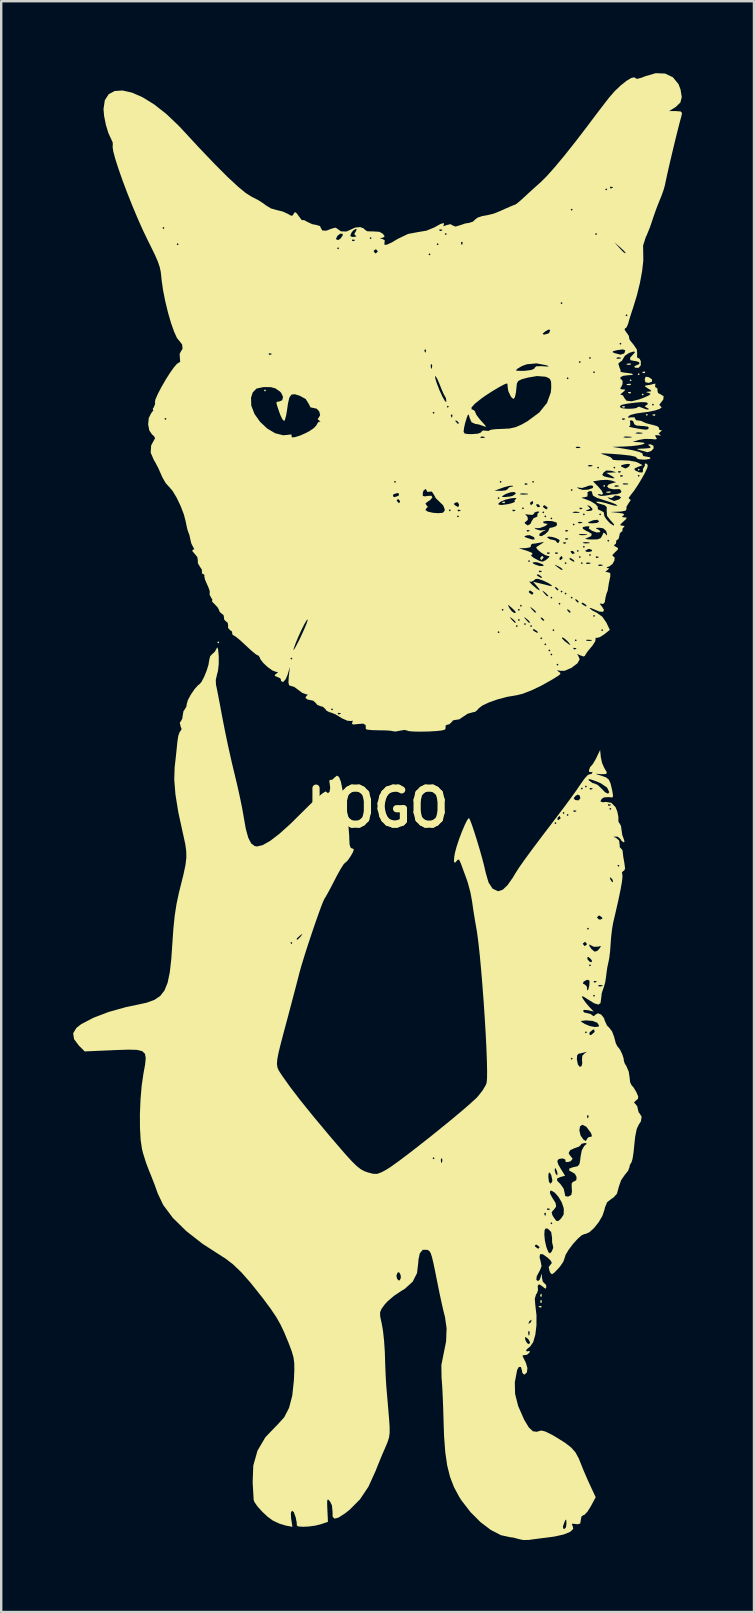
<source format=kicad_pcb>
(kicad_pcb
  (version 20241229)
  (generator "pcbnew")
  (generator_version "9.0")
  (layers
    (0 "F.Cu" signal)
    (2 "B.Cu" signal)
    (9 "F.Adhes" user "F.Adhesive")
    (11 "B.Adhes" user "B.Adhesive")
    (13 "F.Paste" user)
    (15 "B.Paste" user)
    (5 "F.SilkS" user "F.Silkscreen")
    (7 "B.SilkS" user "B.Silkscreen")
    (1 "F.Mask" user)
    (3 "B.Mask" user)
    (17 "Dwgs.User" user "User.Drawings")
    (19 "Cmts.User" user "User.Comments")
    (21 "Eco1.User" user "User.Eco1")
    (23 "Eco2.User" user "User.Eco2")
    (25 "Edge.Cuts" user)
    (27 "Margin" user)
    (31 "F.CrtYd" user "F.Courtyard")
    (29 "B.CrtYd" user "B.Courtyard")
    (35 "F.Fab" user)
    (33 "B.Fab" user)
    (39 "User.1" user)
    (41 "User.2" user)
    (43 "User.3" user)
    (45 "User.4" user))
  (footprint "LOGO"
    (layer "F.Cu")
    (at 12.694 30.624)
    (property "Reference" "LOGO" (at 0 0 0) (layer "F.SilkS") (effects (font (size 1.5 1.5) (thickness 0.3))))
    (attr board_only exclude_from_pos_files exclude_from_bom)
    (fp_poly (pts (xy -6.604 -6.9) (xy -6.646 -6.858) (xy -6.689 -6.9) (xy -6.646 -6.943)) (stroke (width 0) (type solid)) (fill yes) (layer "F.SilkS"))
    (fp_poly (pts (xy -4.657 -17.399) (xy -4.699 -17.357) (xy -4.741 -17.399) (xy -4.699 -17.441)) (stroke (width 0) (type solid)) (fill yes) (layer "F.SilkS"))
    (fp_poly (pts (xy 9.483 -13.42) (xy 9.44 -13.377) (xy 9.398 -13.42) (xy 9.44 -13.462)) (stroke (width 0) (type solid)) (fill yes) (layer "F.SilkS"))
    (fp_poly (pts (xy 10.583 -17.822) (xy 10.541 -17.78) (xy 10.499 -17.822) (xy 10.541 -17.865)) (stroke (width 0) (type solid)) (fill yes) (layer "F.SilkS"))
    (fp_poly (pts (xy 10.922 -18.076) (xy 10.88 -18.034) (xy 10.837 -18.076) (xy 10.88 -18.119)) (stroke (width 0) (type solid)) (fill yes) (layer "F.SilkS"))
    (fp_poly (pts (xy 10.922 -14.097) (xy 10.88 -14.055) (xy 10.837 -14.097) (xy 10.88 -14.139)) (stroke (width 0) (type solid)) (fill yes) (layer "F.SilkS"))
    (fp_poly (pts (xy 11.091 -17.23) (xy 11.049 -17.187) (xy 11.007 -17.23) (xy 11.049 -17.272)) (stroke (width 0) (type solid)) (fill yes) (layer "F.SilkS"))
    (fp_poly (pts (xy 11.261 -16.383) (xy 11.218 -16.341) (xy 11.176 -16.383) (xy 11.218 -16.425)) (stroke (width 0) (type solid)) (fill yes) (layer "F.SilkS"))
    (fp_poly (pts (xy 5.306 -12.756) (xy 5.294 -12.706) (xy 5.249 -12.7) (xy 5.18 -12.731) (xy 5.193 -12.756) (xy 5.293 -12.767)) (stroke (width 0) (type solid)) (fill yes) (layer "F.SilkS"))
    (fp_poly (pts (xy 6.83 20.264) (xy 6.84 20.364) (xy 6.83 20.376) (xy 6.779 20.365) (xy 6.773 20.32) (xy 6.804 20.25)) (stroke (width 0) (type solid)) (fill yes) (layer "F.SilkS"))
    (fp_poly (pts (xy 6.83 20.518) (xy 6.84 20.618) (xy 6.83 20.63) (xy 6.779 20.619) (xy 6.773 20.574) (xy 6.804 20.504)) (stroke (width 0) (type solid)) (fill yes) (layer "F.SilkS"))
    (fp_poly (pts (xy 6.83 20.772) (xy 6.818 20.822) (xy 6.773 20.828) (xy 6.704 20.797) (xy 6.717 20.772) (xy 6.817 20.761)) (stroke (width 0) (type solid)) (fill yes) (layer "F.SilkS"))
    (fp_poly (pts (xy 9.714 -13.174) (xy 9.688 -13.136) (xy 9.603 -13.13) (xy 9.512 -13.151) (xy 9.551 -13.181) (xy 9.684 -13.191)) (stroke (width 0) (type solid)) (fill yes) (layer "F.SilkS"))
    (fp_poly (pts (xy 10.301 -16.736) (xy 10.289 -16.685) (xy 10.245 -16.679) (xy 10.175 -16.71) (xy 10.188 -16.736) (xy 10.289 -16.746)) (stroke (width 0) (type solid)) (fill yes) (layer "F.SilkS"))
    (fp_poly (pts (xy 10.555 -17.328) (xy 10.543 -17.278) (xy 10.499 -17.272) (xy 10.429 -17.303) (xy 10.442 -17.328) (xy 10.543 -17.339)) (stroke (width 0) (type solid)) (fill yes) (layer "F.SilkS"))
    (fp_poly (pts (xy 10.56 -18.508) (xy 10.535 -18.47) (xy 10.449 -18.464) (xy 10.359 -18.485) (xy 10.398 -18.515) (xy 10.53 -18.525)) (stroke (width 0) (type solid)) (fill yes) (layer "F.SilkS"))
    (fp_poly (pts (xy 10.56 -17.662) (xy 10.535 -17.623) (xy 10.449 -17.617) (xy 10.359 -17.638) (xy 10.398 -17.669) (xy 10.53 -17.679)) (stroke (width 0) (type solid)) (fill yes) (layer "F.SilkS"))
    (fp_poly (pts (xy 11.148 -18.175) (xy 11.136 -18.125) (xy 11.091 -18.119) (xy 11.022 -18.15) (xy 11.035 -18.175) (xy 11.135 -18.185)) (stroke (width 0) (type solid)) (fill yes) (layer "F.SilkS"))
    (fp_poly (pts (xy 11.571 -16.397) (xy 11.559 -16.347) (xy 11.515 -16.341) (xy 11.445 -16.372) (xy 11.458 -16.397) (xy 11.559 -16.407)) (stroke (width 0) (type solid)) (fill yes) (layer "F.SilkS"))
    (fp_poly (pts (xy 11.285 -17.957) (xy 11.433 -17.862) (xy 11.433 -17.767) (xy 11.3 -17.713) (xy 11.16 -17.74) (xy 11.128 -17.852) (xy 11.164 -17.969)) (stroke (width 0) (type solid)) (fill yes) (layer "F.SilkS"))
    (fp_poly (pts (xy 6.914 -10.447) (xy 6.9 -10.414) (xy 6.824 -10.333) (xy 6.811 -10.329) (xy 6.774 -10.395) (xy 6.773 -10.414) (xy 6.838 -10.495) (xy 6.863 -10.499)) (stroke (width 0) (type solid)) (fill yes) (layer "F.SilkS"))
    (fp_poly (pts (xy 11.489 -15.101) (xy 11.503 -14.986) (xy 11.405 -14.879) (xy 11.381 -14.868) (xy 11.258 -14.829) (xy 11.233 -14.827) (xy 11.15 -14.852) (xy 10.971 -14.9) (xy 10.964 -14.901) (xy 10.826 -14.941) (xy 10.823 -14.962) (xy 10.969 -14.973) (xy 11.091 -14.977) (xy 11.315 -14.994) (xy 11.385 -15.029) (xy 11.345 -15.071) (xy 11.267 -15.136) (xy 11.348 -15.154) (xy 11.367 -15.154)) (stroke (width 0) (type solid)) (fill yes) (layer "F.SilkS"))
    (fp_poly (pts (xy -6.654 -6.609) (xy -6.63 -6.37) (xy -6.626 -6.315) (xy -6.626 -5.997) (xy -6.657 -5.711) (xy -6.694 -5.576) (xy -6.75 -5.332) (xy -6.741 -5.133) (xy -6.707 -4.976) (xy -6.651 -4.691) (xy -6.578 -4.312) (xy -6.497 -3.879) (xy -6.474 -3.755) (xy -6.363 -3.187) (xy -6.228 -2.543) (xy -6.086 -1.909) (xy -5.973 -1.439) (xy -5.856 -0.95) (xy -5.745 -0.45) (xy -5.652 0.003) (xy -5.59 0.353) (xy -5.588 0.367) (xy -5.496 0.885) (xy -5.394 1.251) (xy -5.274 1.481) (xy -5.13 1.592) (xy -5.031 1.609) (xy -4.793 1.552) (xy -4.486 1.379) (xy -4.1 1.083) (xy -3.63 0.66) (xy -3.118 0.154) (xy -2.799 -0.162) (xy -2.523 -0.419) (xy -2.311 -0.597) (xy -2.185 -0.679) (xy -2.16 -0.678) (xy -2.072 -0.611) (xy -2.005 -0.676) (xy -1.98 -0.834) (xy -1.995 -0.961) (xy -2.016 -1.123) (xy -1.994 -1.171) (xy -1.987 -1.165) (xy -1.894 -1.173) (xy -1.813 -1.25) (xy -1.705 -1.342) (xy -1.615 -1.293) (xy -1.536 -1.095) (xy -1.465 -0.74) (xy -1.437 -0.548) (xy -1.383 -0.17) (xy -1.323 0.194) (xy -1.27 0.47) (xy -1.266 0.488) (xy -1.216 0.806) (xy -1.188 1.164) (xy -1.185 1.271) (xy -1.171 1.539) (xy -1.123 1.669) (xy -1.061 1.693) (xy -0.997 1.721) (xy -1.023 1.828) (xy -1.112 1.99) (xy -1.238 2.176) (xy -1.338 2.279) (xy -1.357 2.286) (xy -1.424 2.357) (xy -1.544 2.546) (xy -1.697 2.82) (xy -1.782 2.985) (xy -1.947 3.304) (xy -2.09 3.57) (xy -2.19 3.744) (xy -2.216 3.782) (xy -2.272 3.898) (xy -2.368 4.144) (xy -2.493 4.489) (xy -2.637 4.9) (xy -2.788 5.347) (xy -2.937 5.797) (xy -3.071 6.22) (xy -3.182 6.583) (xy -3.257 6.855) (xy -3.258 6.858) (xy -3.319 7.095) (xy -3.413 7.457) (xy -3.532 7.908) (xy -3.664 8.409) (xy -3.769 8.805) (xy -3.931 9.41) (xy -4.053 9.875) (xy -4.137 10.223) (xy -4.186 10.478) (xy -4.2 10.665) (xy -4.183 10.806) (xy -4.136 10.927) (xy -4.06 11.05) (xy -3.959 11.2) (xy -3.644 11.643) (xy -3.214 12.203) (xy -2.67 12.876) (xy -2.017 13.658) (xy -1.693 14.037) (xy -1.346 14.439) (xy -1.081 14.729) (xy -0.877 14.929) (xy -0.709 15.061) (xy -0.555 15.144) (xy -0.423 15.192) (xy -0.191 15.254) (xy -0.021 15.256) (xy 0.161 15.189) (xy 0.291 15.119) (xy 7.378 15.119) (xy 7.42 15.254) (xy 7.481 15.325) (xy 7.482 15.325) (xy 7.494 15.256) (xy 7.474 15.152) (xy 7.422 15.032) (xy 7.387 15.021) (xy 7.378 15.119) (xy 0.291 15.119) (xy 0.358 15.083) (xy 0.565 14.949) (xy 0.876 14.725) (xy 0.933 14.683) (xy 2.631 14.683) (xy 2.647 14.792) (xy 2.676 14.794) (xy 2.696 14.68) (xy 2.683 14.631) (xy 2.645 14.599) (xy 2.631 14.683) (xy 0.933 14.683) (xy 1.036 14.605) (xy 2.286 14.605) (xy 2.328 14.647) (xy 2.371 14.605) (xy 2.328 14.563) (xy 2.286 14.605) (xy 1.036 14.605) (xy 1.266 14.432) (xy 1.71 14.089) (xy 2.183 13.716) (xy 2.526 13.44) (xy 8.406 13.44) (xy 8.45 13.639) (xy 8.47 13.679) (xy 8.583 13.836) (xy 8.678 13.885) (xy 8.721 13.808) (xy 8.721 13.801) (xy 8.789 13.726) (xy 8.848 13.716) (xy 8.93 13.693) (xy 8.906 13.593) (xy 8.87 13.525) (xy 8.694 13.29) (xy 8.528 13.209) (xy 8.434 13.276) (xy 8.406 13.44) (xy 2.526 13.44) (xy 2.658 13.333) (xy 3.113 12.962) (xy 3.223 12.869) (xy 8.721 12.869) (xy 8.752 12.939) (xy 8.777 12.926) (xy 8.787 12.825) (xy 8.777 12.813) (xy 8.727 12.825) (xy 8.721 12.869) (xy 3.223 12.869) (xy 3.52 12.621) (xy 3.856 12.33) (xy 4.096 12.11) (xy 4.174 12.03) (xy 4.362 11.792) (xy 4.5 11.564) (xy 4.539 11.464) (xy 4.557 11.282) (xy 4.56 10.956) (xy 4.55 10.511) (xy 4.548 10.456) (xy 8.043 10.456) (xy 8.086 10.499) (xy 8.1 10.484) (xy 8.301 10.484) (xy 8.342 10.686) (xy 8.349 10.703) (xy 8.425 10.798) (xy 8.497 10.763) (xy 8.528 10.634) (xy 8.515 10.536) (xy 8.526 10.335) (xy 8.614 10.243) (xy 8.715 10.173) (xy 8.67 10.177) (xy 8.608 10.196) (xy 8.438 10.238) (xy 8.375 10.245) (xy 8.313 10.315) (xy 8.301 10.484) (xy 8.1 10.484) (xy 8.128 10.456) (xy 8.086 10.414) (xy 8.043 10.456) (xy 4.548 10.456) (xy 4.529 9.971) (xy 4.498 9.362) (xy 4.497 9.356) (xy 8.636 9.356) (xy 8.678 9.398) (xy 8.684 9.393) (xy 8.821 9.393) (xy 8.844 9.471) (xy 8.895 9.467) (xy 9.024 9.36) (xy 9.043 9.319) (xy 9.02 9.24) (xy 8.969 9.245) (xy 8.841 9.352) (xy 8.821 9.393) (xy 8.684 9.393) (xy 8.721 9.356) (xy 8.678 9.313) (xy 8.636 9.356) (xy 4.497 9.356) (xy 4.469 8.884) (xy 8.467 8.884) (xy 8.499 8.925) (xy 8.636 9.01) (xy 8.842 9.094) (xy 9.047 9.134) (xy 9.193 9.123) (xy 9.229 9.08) (xy 9.153 8.958) (xy 8.956 8.881) (xy 8.682 8.859) (xy 8.467 8.884) (xy 4.469 8.884) (xy 4.458 8.707) (xy 4.413 8.032) (xy 4.397 7.832) (xy 8.975 7.832) (xy 9.017 7.874) (xy 9.059 7.832) (xy 9.017 7.789) (xy 8.975 7.832) (xy 4.397 7.832) (xy 4.362 7.36) (xy 4.359 7.328) (xy 8.554 7.328) (xy 8.636 7.366) (xy 8.711 7.435) (xy 8.721 7.493) (xy 8.736 7.612) (xy 8.773 7.585) (xy 8.813 7.43) (xy 9.181 7.43) (xy 9.264 7.444) (xy 9.374 7.428) (xy 9.375 7.4) (xy 9.262 7.379) (xy 9.213 7.393) (xy 9.181 7.43) (xy 8.813 7.43) (xy 8.814 7.428) (xy 8.822 7.378) (xy 8.828 7.225) (xy 9.003 7.225) (xy 9.015 7.275) (xy 9.059 7.281) (xy 9.129 7.25) (xy 9.116 7.225) (xy 9.015 7.215) (xy 9.003 7.225) (xy 8.828 7.225) (xy 8.829 7.21) (xy 8.765 7.166) (xy 8.704 7.176) (xy 8.582 7.245) (xy 8.554 7.328) (xy 4.359 7.328) (xy 4.308 6.718) (xy 4.293 6.562) (xy 8.805 6.562) (xy 8.848 6.604) (xy 8.89 6.562) (xy 8.848 6.519) (xy 8.805 6.562) (xy 4.293 6.562) (xy 4.27 6.309) (xy 8.741 6.309) (xy 8.826 6.407) (xy 8.905 6.435) (xy 8.939 6.386) (xy 8.888 6.306) (xy 8.785 6.217) (xy 8.742 6.215) (xy 8.741 6.309) (xy 4.27 6.309) (xy 4.253 6.128) (xy 4.203 5.673) (xy 8.551 5.673) (xy 8.616 5.755) (xy 8.636 5.757) (xy 8.646 5.75) (xy 8.818 5.75) (xy 8.909 5.882) (xy 8.911 5.885) (xy 9.042 5.995) (xy 9.155 5.96) (xy 9.239 5.868) (xy 9.31 5.767) (xy 9.253 5.765) (xy 9.197 5.785) (xy 9.011 5.791) (xy 8.922 5.748) (xy 8.823 5.694) (xy 8.818 5.75) (xy 8.646 5.75) (xy 8.718 5.693) (xy 8.721 5.673) (xy 8.656 5.59) (xy 8.636 5.588) (xy 8.554 5.652) (xy 8.551 5.673) (xy 4.203 5.673) (xy 4.197 5.617) (xy 4.143 5.209) (xy 4.115 5.038) (xy 8.721 5.038) (xy 8.763 5.08) (xy 8.805 5.038) (xy 8.763 4.995) (xy 8.721 5.038) (xy 4.115 5.038) (xy 4.046 4.64) (xy 4.035 4.572) (xy 9.144 4.572) (xy 9.213 4.646) (xy 9.276 4.657) (xy 9.364 4.616) (xy 9.356 4.572) (xy 9.247 4.491) (xy 9.224 4.487) (xy 9.146 4.552) (xy 9.144 4.572) (xy 4.035 4.572) (xy 3.981 4.235) (xy 3.935 3.908) (xy 3.933 3.895) (xy 3.866 3.532) (xy 3.761 3.137) (xy 3.703 2.963) (xy 3.594 2.668) (xy 3.498 2.407) (xy 3.454 2.289) (xy 3.387 2.154) (xy 3.325 2.169) (xy 3.302 2.202) (xy 3.218 2.294) (xy 3.179 2.236) (xy 3.19 2.044) (xy 3.223 1.86) (xy 3.292 1.604) (xy 3.393 1.3) (xy 3.511 0.989) (xy 3.629 0.711) (xy 3.73 0.509) (xy 3.798 0.424) (xy 3.802 0.423) (xy 3.847 0.499) (xy 3.925 0.704) (xy 4.026 1.004) (xy 4.14 1.364) (xy 4.255 1.75) (xy 4.361 2.126) (xy 4.447 2.46) (xy 4.502 2.703) (xy 4.62 3.111) (xy 4.789 3.369) (xy 5.004 3.47) (xy 5.034 3.471) (xy 5.211 3.413) (xy 5.407 3.228) (xy 5.636 2.903) (xy 5.645 2.887) (xy 9.676 2.887) (xy 9.694 2.972) (xy 9.7 2.988) (xy 9.767 3.092) (xy 9.805 3.093) (xy 9.795 3.003) (xy 9.747 2.941) (xy 9.676 2.887) (xy 5.645 2.887) (xy 5.757 2.699) (xy 5.896 2.484) (xy 5.945 2.413) (xy 9.991 2.413) (xy 10.033 2.455) (xy 10.075 2.413) (xy 10.033 2.371) (xy 9.991 2.413) (xy 5.945 2.413) (xy 6.132 2.148) (xy 6.469 1.689) (xy 6.908 1.105) (xy 7.267 0.635) (xy 7.366 0.635) (xy 7.408 0.677) (xy 7.451 0.635) (xy 7.408 0.593) (xy 7.366 0.635) (xy 7.267 0.635) (xy 7.428 0.423) (xy 7.493 0.423) (xy 7.5 0.501) (xy 7.53 0.508) (xy 7.617 0.447) (xy 7.62 0.423) (xy 7.591 0.341) (xy 7.583 0.339) (xy 7.51 0.398) (xy 7.493 0.423) (xy 7.428 0.423) (xy 7.452 0.392) (xy 7.453 0.391) (xy 7.524 0.296) (xy 7.874 0.296) (xy 7.916 0.339) (xy 7.959 0.296) (xy 7.916 0.254) (xy 7.874 0.296) (xy 7.524 0.296) (xy 7.588 0.212) (xy 7.705 0.212) (xy 7.747 0.254) (xy 7.789 0.212) (xy 7.747 0.169) (xy 7.705 0.212) (xy 7.588 0.212) (xy 7.663 0.113) (xy 8.156 0.113) (xy 8.168 0.163) (xy 8.213 0.169) (xy 8.282 0.138) (xy 8.269 0.113) (xy 8.169 0.103) (xy 8.156 0.113) (xy 7.663 0.113) (xy 7.717 0.042) (xy 9.652 0.042) (xy 9.694 0.085) (xy 9.737 0.042) (xy 9.694 0) (xy 9.652 0.042) (xy 7.717 0.042) (xy 7.746 0.003) (xy 7.853 -0.141) (xy 9.596 -0.141) (xy 9.607 -0.091) (xy 9.652 -0.085) (xy 9.722 -0.116) (xy 9.708 -0.141) (xy 9.608 -0.151) (xy 9.596 -0.141) (xy 7.853 -0.141) (xy 8.029 -0.38) (xy 8.044 -0.401) (xy 8.166 -0.401) (xy 8.229 -0.329) (xy 8.365 -0.31) (xy 8.446 -0.396) (xy 8.426 -0.505) (xy 8.34 -0.555) (xy 8.243 -0.498) (xy 8.166 -0.401) (xy 8.044 -0.401) (xy 8.272 -0.717) (xy 8.332 -0.804) (xy 8.467 -0.804) (xy 8.509 -0.762) (xy 8.551 -0.804) (xy 8.537 -0.818) (xy 8.834 -0.818) (xy 8.845 -0.768) (xy 8.89 -0.762) (xy 8.96 -0.793) (xy 8.946 -0.818) (xy 8.846 -0.829) (xy 8.834 -0.818) (xy 8.537 -0.818) (xy 8.509 -0.847) (xy 8.467 -0.804) (xy 8.332 -0.804) (xy 8.39 -0.889) (xy 8.636 -0.889) (xy 8.678 -0.847) (xy 8.721 -0.889) (xy 8.678 -0.931) (xy 8.636 -0.889) (xy 8.39 -0.889) (xy 8.444 -0.968) (xy 8.46 -0.992) (xy 8.605 -1.198) (xy 8.785 -1.198) (xy 8.807 -1.142) (xy 8.81 -1.137) (xy 8.96 -1.032) (xy 9.036 -1.016) (xy 9.173 -0.954) (xy 9.327 -0.806) (xy 9.328 -0.804) (xy 9.481 -0.649) (xy 9.6 -0.591) (xy 9.651 -0.647) (xy 9.651 -0.656) (xy 9.562 -0.845) (xy 9.305 -1.021) (xy 9.104 -1.108) (xy 8.878 -1.187) (xy 8.785 -1.198) (xy 8.605 -1.198) (xy 8.618 -1.216) (xy 8.747 -1.36) (xy 8.812 -1.393) (xy 8.908 -1.413) (xy 8.94 -1.451) (xy 8.951 -1.51) (xy 8.903 -1.49) (xy 8.819 -1.497) (xy 8.805 -1.556) (xy 8.854 -1.702) (xy 8.888 -1.734) (xy 8.974 -1.838) (xy 9.088 -2.033) (xy 9.121 -2.099) (xy 9.271 -2.413) (xy 9.299 -2.122) (xy 9.353 -1.866) (xy 9.446 -1.66) (xy 9.447 -1.658) (xy 9.549 -1.487) (xy 9.524 -1.411) (xy 9.354 -1.403) (xy 9.292 -1.407) (xy 9.123 -1.42) (xy 9.102 -1.409) (xy 9.234 -1.366) (xy 9.333 -1.336) (xy 9.518 -1.27) (xy 9.631 -1.179) (xy 9.705 -1.02) (xy 9.77 -0.746) (xy 9.782 -0.686) (xy 9.811 -0.496) (xy 9.776 -0.43) (xy 9.655 -0.447) (xy 9.65 -0.448) (xy 9.436 -0.437) (xy 9.339 -0.376) (xy 9.281 -0.272) (xy 9.374 -0.233) (xy 9.513 -0.247) (xy 9.737 -0.21) (xy 9.913 -0.029) (xy 9.985 0.145) (xy 10.03 0.36) (xy 10.034 0.502) (xy 10.028 0.515) (xy 10.047 0.612) (xy 10.074 0.634) (xy 10.14 0.751) (xy 10.16 0.9) (xy 10.195 1.136) (xy 10.248 1.276) (xy 10.288 1.405) (xy 10.257 1.439) (xy 10.161 1.372) (xy 10.129 1.312) (xy 10.015 1.208) (xy 9.93 1.195) (xy 9.825 1.207) (xy 9.886 1.233) (xy 9.927 1.244) (xy 10.06 1.357) (xy 10.091 1.582) (xy 10.085 1.63) (xy 10.136 1.693) (xy 10.142 1.693) (xy 10.201 1.764) (xy 10.213 1.841) (xy 10.233 2.021) (xy 10.276 2.269) (xy 10.283 2.307) (xy 10.311 2.529) (xy 10.272 2.62) (xy 10.245 2.625) (xy 10.181 2.686) (xy 10.194 2.761) (xy 10.204 2.872) (xy 10.18 3.085) (xy 10.122 3.413) (xy 10.026 3.871) (xy 9.889 4.472) (xy 9.815 4.784) (xy 9.768 5.056) (xy 9.727 5.409) (xy 9.709 5.673) (xy 9.685 5.996) (xy 9.649 6.28) (xy 9.617 6.435) (xy 9.568 6.659) (xy 9.529 6.943) (xy 9.524 6.999) (xy 9.484 7.268) (xy 9.421 7.488) (xy 9.405 7.523) (xy 9.337 7.734) (xy 9.313 7.953) (xy 9.287 8.138) (xy 9.197 8.201) (xy 9.021 8.145) (xy 8.775 7.993) (xy 8.587 7.873) (xy 8.512 7.85) (xy 8.533 7.922) (xy 8.537 7.93) (xy 8.656 8.103) (xy 8.814 8.289) (xy 9.006 8.493) (xy 8.778 8.436) (xy 8.607 8.42) (xy 8.551 8.465) (xy 8.622 8.536) (xy 8.716 8.551) (xy 8.881 8.595) (xy 8.938 8.645) (xy 9.014 8.684) (xy 9.068 8.624) (xy 9.18 8.562) (xy 9.318 8.619) (xy 9.432 8.763) (xy 9.467 8.877) (xy 9.557 9.072) (xy 9.651 9.167) (xy 9.77 9.321) (xy 9.858 9.554) (xy 9.866 9.592) (xy 9.924 9.81) (xy 9.992 9.946) (xy 10.005 9.957) (xy 10.097 10.072) (xy 10.191 10.264) (xy 10.252 10.449) (xy 10.257 10.524) (xy 10.289 10.638) (xy 10.37 10.776) (xy 10.463 10.995) (xy 10.499 11.232) (xy 10.521 11.435) (xy 10.575 11.552) (xy 10.578 11.554) (xy 10.668 11.658) (xy 10.778 11.844) (xy 10.783 11.855) (xy 10.86 12.034) (xy 10.847 12.131) (xy 10.767 12.196) (xy 10.681 12.281) (xy 10.732 12.331) (xy 10.821 12.443) (xy 10.837 12.533) (xy 10.878 12.692) (xy 10.922 12.742) (xy 11.001 12.877) (xy 10.969 13.07) (xy 10.878 13.21) (xy 10.797 13.386) (xy 10.732 13.706) (xy 10.696 14.045) (xy 10.663 14.37) (xy 10.623 14.626) (xy 10.582 14.768) (xy 10.571 14.782) (xy 10.507 14.896) (xy 10.497 14.97) (xy 10.438 15.126) (xy 10.298 15.3) (xy 10.297 15.302) (xy 10.146 15.521) (xy 10.048 15.802) (xy 10.043 15.829) (xy 9.967 16.092) (xy 9.816 16.253) (xy 9.747 16.293) (xy 9.564 16.437) (xy 9.469 16.664) (xy 9.452 16.753) (xy 9.369 17.001) (xy 9.214 17.267) (xy 9.022 17.51) (xy 8.825 17.689) (xy 8.657 17.763) (xy 8.631 17.761) (xy 8.507 17.813) (xy 8.331 17.967) (xy 8.137 18.183) (xy 7.959 18.419) (xy 7.831 18.634) (xy 7.789 18.772) (xy 7.734 18.922) (xy 7.595 19.124) (xy 7.519 19.211) (xy 7.353 19.382) (xy 7.263 19.44) (xy 7.206 19.397) (xy 7.165 19.31) (xy 7.126 19.141) (xy 7.202 19.042) (xy 7.26 18.969) (xy 7.206 18.867) (xy 7.085 18.751) (xy 6.883 18.607) (xy 6.767 18.603) (xy 6.747 18.733) (xy 6.786 18.879) (xy 6.828 19.105) (xy 6.754 19.296) (xy 6.738 19.32) (xy 6.629 19.524) (xy 6.612 19.673) (xy 6.683 19.727) (xy 6.758 19.656) (xy 6.798 19.537) (xy 6.825 19.425) (xy 6.84 19.47) (xy 6.846 19.579) (xy 6.881 19.748) (xy 6.943 19.812) (xy 7.016 19.881) (xy 7.027 19.952) (xy 7.013 20.04) (xy 6.944 20.013) (xy 6.858 19.939) (xy 6.724 19.857) (xy 6.668 19.925) (xy 6.682 20.096) (xy 6.645 20.217) (xy 6.601 20.281) (xy 6.548 20.457) (xy 6.568 20.717) (xy 6.618 21.146) (xy 6.617 21.575) (xy 6.57 21.961) (xy 6.482 22.267) (xy 6.358 22.45) (xy 6.341 22.462) (xy 6.214 22.569) (xy 6.181 22.631) (xy 6.235 22.66) (xy 6.276 22.642) (xy 6.34 22.642) (xy 6.331 22.7) (xy 6.223 22.797) (xy 6.151 22.806) (xy 6.045 22.822) (xy 6.037 22.848) (xy 6.089 22.956) (xy 6.175 23.129) (xy 6.24 23.35) (xy 6.219 23.532) (xy 6.121 23.62) (xy 6.099 23.622) (xy 6.028 23.551) (xy 6.011 23.453) (xy 5.97 23.307) (xy 5.884 23.304) (xy 5.812 23.431) (xy 5.715 23.944) (xy 5.727 24.429) (xy 5.854 24.932) (xy 6.103 25.499) (xy 6.109 25.51) (xy 6.299 25.826) (xy 6.473 25.988) (xy 6.646 26.007) (xy 6.715 25.979) (xy 6.833 25.955) (xy 7.003 26.001) (xy 7.259 26.13) (xy 7.436 26.232) (xy 7.809 26.465) (xy 8.065 26.664) (xy 8.243 26.866) (xy 8.377 27.112) (xy 8.46 27.315) (xy 8.585 27.627) (xy 8.743 27.994) (xy 8.851 28.231) (xy 9.086 28.734) (xy 8.879 29.12) (xy 8.744 29.335) (xy 8.622 29.465) (xy 8.569 29.485) (xy 8.491 29.54) (xy 8.467 29.677) (xy 8.442 29.83) (xy 8.334 29.863) (xy 8.248 29.851) (xy 8.103 29.837) (xy 8.096 29.887) (xy 8.127 29.928) (xy 8.15 30.056) (xy 8.022 30.178) (xy 7.759 30.286) (xy 7.378 30.372) (xy 7.179 30.4) (xy 6.833 30.443) (xy 6.52 30.484) (xy 6.308 30.514) (xy 6.308 30.514) (xy 6.065 30.519) (xy 5.884 30.48) (xy 5.656 30.417) (xy 5.52 30.401) (xy 5.137 30.317) (xy 4.714 30.099) (xy 4.529 29.958) (xy 7.719 29.958) (xy 7.736 30.044) (xy 7.789 30.057) (xy 7.849 29.984) (xy 7.868 29.824) (xy 7.858 29.673) (xy 7.828 29.679) (xy 7.789 29.76) (xy 7.719 29.958) (xy 4.529 29.958) (xy 4.281 29.77) (xy 3.865 29.353) (xy 3.494 28.871) (xy 3.391 28.709) (xy 3.178 28.311) (xy 3.016 27.89) (xy 2.897 27.416) (xy 2.816 26.858) (xy 2.766 26.185) (xy 2.745 25.569) (xy 2.731 25.067) (xy 2.712 24.579) (xy 2.691 24.152) (xy 2.668 23.832) (xy 2.661 23.749) (xy 2.653 23.225) (xy 2.742 22.781) (xy 2.85 22.244) (xy 2.858 22.054) (xy 6.145 22.054) (xy 6.145 22.139) (xy 6.155 22.178) (xy 6.223 22.309) (xy 6.305 22.356) (xy 6.35 22.291) (xy 6.35 22.278) (xy 6.292 22.166) (xy 6.23 22.104) (xy 6.145 22.054) (xy 2.858 22.054) (xy 2.864 21.879) (xy 6.272 21.879) (xy 6.288 21.989) (xy 6.316 21.99) (xy 6.337 21.877) (xy 6.323 21.828) (xy 6.286 21.796) (xy 6.272 21.879) (xy 2.864 21.879) (xy 2.872 21.697) (xy 2.844 21.5) (xy 6.286 21.5) (xy 6.298 21.505) (xy 6.375 21.446) (xy 6.392 21.421) (xy 6.414 21.342) (xy 6.402 21.336) (xy 6.325 21.396) (xy 6.308 21.421) (xy 6.286 21.5) (xy 2.844 21.5) (xy 2.803 21.213) (xy 2.79 21.166) (xy 2.74 20.969) (xy 2.667 20.649) (xy 2.581 20.251) (xy 2.493 19.818) (xy 2.492 19.812) (xy 2.393 19.316) (xy 2.319 18.96) (xy 2.261 18.721) (xy 2.213 18.572) (xy 2.166 18.488) (xy 2.113 18.444) (xy 2.06 18.421) (xy 1.879 18.421) (xy 1.754 18.569) (xy 1.696 18.849) (xy 1.693 18.942) (xy 1.638 19.394) (xy 1.458 19.75) (xy 1.136 20.043) (xy 0.972 20.144) (xy 0.679 20.34) (xy 0.411 20.569) (xy 0.287 20.706) (xy 0.157 20.886) (xy 0.099 21.028) (xy 0.103 21.197) (xy 0.159 21.458) (xy 0.167 21.492) (xy 0.22 21.795) (xy 0.264 22.199) (xy 0.294 22.635) (xy 0.301 22.818) (xy 0.314 23.244) (xy 0.332 23.666) (xy 0.352 24.016) (xy 0.36 24.13) (xy 0.386 24.434) (xy 0.42 24.835) (xy 0.456 25.259) (xy 0.467 25.384) (xy 0.495 25.767) (xy 0.499 26.035) (xy 0.472 26.244) (xy 0.407 26.447) (xy 0.319 26.654) (xy 0.162 27.019) (xy -0.004 27.425) (xy -0.09 27.644) (xy -0.387 28.297) (xy -0.738 28.822) (xy -1.172 29.259) (xy -1.363 29.409) (xy -1.632 29.583) (xy -1.801 29.628) (xy -1.88 29.543) (xy -1.882 29.358) (xy -1.907 29.076) (xy -1.987 28.914) (xy -2.061 28.832) (xy -2.099 28.843) (xy -2.108 28.971) (xy -2.099 29.241) (xy -2.098 29.252) (xy -2.074 29.76) (xy -2.371 29.861) (xy -2.6 29.918) (xy -2.863 29.954) (xy -3.113 29.967) (xy -3.298 29.954) (xy -3.371 29.914) (xy -3.371 29.909) (xy -3.377 29.789) (xy -3.416 29.586) (xy -3.42 29.57) (xy -3.498 29.353) (xy -3.573 29.295) (xy -3.62 29.387) (xy -3.61 29.622) (xy -3.608 29.631) (xy -3.555 29.968) (xy -3.83 29.917) (xy -4.101 29.834) (xy -4.371 29.707) (xy -4.376 29.704) (xy -4.593 29.544) (xy -4.82 29.332) (xy -5.018 29.111) (xy -5.145 28.924) (xy -5.17 28.847) (xy -5.178 28.717) (xy -5.192 28.468) (xy -5.211 28.152) (xy -5.213 28.113) (xy -5.186 27.413) (xy -5.01 26.791) (xy -4.681 26.233) (xy -4.193 25.725) (xy -4.186 25.72) (xy -3.899 25.406) (xy -3.695 25.01) (xy -3.563 24.506) (xy -3.494 23.869) (xy -3.492 23.828) (xy -3.475 23.428) (xy -3.479 23.138) (xy -3.512 22.898) (xy -3.584 22.649) (xy -3.704 22.331) (xy -3.732 22.261) (xy -3.9 21.856) (xy -4.058 21.524) (xy -4.235 21.215) (xy -4.458 20.884) (xy -4.756 20.482) (xy -4.843 20.369) (xy -5.295 19.801) (xy -5.565 19.495) (xy 0.78 19.495) (xy 0.805 19.626) (xy 0.875 19.7) (xy 0.923 19.69) (xy 0.966 19.581) (xy 0.954 19.468) (xy 0.89 19.353) (xy 0.824 19.377) (xy 0.78 19.495) (xy -5.565 19.495) (xy -5.684 19.36) (xy -6.032 19.026) (xy -6.357 18.778) (xy -6.468 18.709) (xy -7.172 18.255) (xy 6.548 18.255) (xy 6.562 18.288) (xy 6.674 18.37) (xy 6.699 18.373) (xy 6.745 18.32) (xy 6.731 18.288) (xy 6.619 18.206) (xy 6.594 18.203) (xy 6.548 18.255) (xy -7.172 18.255) (xy -7.295 18.176) (xy -7.797 17.784) (xy 6.945 17.784) (xy 6.967 18.027) (xy 7.023 18.278) (xy 7.046 18.35) (xy 7.121 18.53) (xy 7.18 18.569) (xy 7.255 18.492) (xy 7.317 18.337) (xy 7.304 18.257) (xy 7.269 18.112) (xy 7.267 17.916) (xy 7.23 17.679) (xy 7.093 17.544) (xy 7.006 17.527) (xy 6.957 17.599) (xy 6.945 17.784) (xy -7.797 17.784) (xy -7.988 17.634) (xy -8.312 17.314) (xy 7.197 17.314) (xy 7.239 17.357) (xy 7.281 17.314) (xy 7.239 17.272) (xy 7.197 17.314) (xy -8.312 17.314) (xy -8.54 17.091) (xy -8.657 16.933) (xy 6.943 16.933) (xy 6.974 17.003) (xy 6.999 16.99) (xy 7.009 16.889) (xy 6.999 16.877) (xy 6.949 16.889) (xy 6.943 16.933) (xy -8.657 16.933) (xy -8.826 16.708) (xy 7.056 16.708) (xy 7.067 16.758) (xy 7.112 16.764) (xy 7.182 16.733) (xy 7.168 16.708) (xy 7.068 16.697) (xy 7.056 16.708) (xy -8.826 16.708) (xy -8.94 16.555) (xy -9.168 16.074) (xy -9.174 16.059) (xy 7.178 16.059) (xy 7.262 16.228) (xy 7.28 16.254) (xy 7.415 16.473) (xy 7.437 16.62) (xy 7.349 16.742) (xy 7.327 16.761) (xy 7.251 16.855) (xy 7.278 16.971) (xy 7.34 17.074) (xy 7.444 17.215) (xy 7.525 17.223) (xy 7.64 17.121) (xy 7.75 16.953) (xy 7.758 16.734) (xy 7.746 16.662) (xy 7.668 16.438) (xy 7.537 16.218) (xy 7.385 16.043) (xy 7.248 15.957) (xy 7.19 15.964) (xy 7.178 16.059) (xy -9.174 16.059) (xy -9.294 15.721) (xy -9.424 15.388) (xy 7.113 15.388) (xy 7.135 15.575) (xy 7.19 15.663) (xy 7.197 15.663) (xy 7.268 15.594) (xy 7.276 15.54) (xy 7.479 15.54) (xy 7.62 15.686) (xy 7.751 15.873) (xy 7.789 16.036) (xy 7.818 16.183) (xy 7.927 16.203) (xy 7.957 16.196) (xy 8.07 16.132) (xy 8.099 15.987) (xy 8.088 15.866) (xy 8.083 15.66) (xy 8.145 15.582) (xy 8.174 15.579) (xy 8.277 15.521) (xy 8.29 15.391) (xy 8.223 15.258) (xy 8.128 15.198) (xy 7.979 15.116) (xy 7.991 15.033) (xy 8.156 14.975) (xy 8.191 14.97) (xy 8.338 14.936) (xy 8.412 14.843) (xy 8.445 14.644) (xy 8.451 14.568) (xy 8.505 14.28) (xy 8.606 14.096) (xy 8.62 14.084) (xy 8.717 14) (xy 8.673 13.975) (xy 8.615 13.973) (xy 8.489 14.007) (xy 8.467 14.048) (xy 8.394 14.119) (xy 8.218 14.181) (xy 8.213 14.182) (xy 8.025 14.267) (xy 7.957 14.391) (xy 8.029 14.511) (xy 8.043 14.52) (xy 8.125 14.627) (xy 8.049 14.723) (xy 7.959 14.757) (xy 7.842 14.765) (xy 7.831 14.733) (xy 7.816 14.653) (xy 7.703 14.613) (xy 7.563 14.633) (xy 7.537 14.647) (xy 7.485 14.723) (xy 7.525 14.862) (xy 7.618 15.025) (xy 7.81 15.335) (xy 7.63 15.382) (xy 7.48 15.447) (xy 7.479 15.54) (xy 7.276 15.54) (xy 7.28 15.515) (xy 7.233 15.312) (xy 7.197 15.24) (xy 7.14 15.191) (xy 7.116 15.286) (xy 7.113 15.388) (xy -9.424 15.388) (xy -9.445 15.334) (xy -9.519 15.155) (xy -9.655 14.798) (xy -9.777 14.41) (xy -9.824 14.231) (xy -9.881 13.847) (xy -9.91 13.343) (xy -9.912 12.768) (xy -9.888 12.169) (xy -9.84 11.594) (xy -9.767 11.09) (xy -9.764 11.074) (xy -9.696 10.7) (xy -9.669 10.43) (xy -9.702 10.249) (xy -9.817 10.14) (xy -10.033 10.088) (xy -10.372 10.078) (xy -10.853 10.093) (xy -11.038 10.101) (xy -12.213 10.152) (xy -12.457 9.908) (xy -12.658 9.64) (xy -12.694 9.398) (xy -12.561 9.173) (xy -12.357 9.014) (xy -11.846 8.748) (xy -11.212 8.507) (xy -10.5 8.307) (xy -10.033 8.209) (xy -9.628 8.121) (xy -9.31 8.005) (xy -9.067 7.842) (xy -8.887 7.61) (xy -8.757 7.288) (xy -8.667 6.858) (xy -8.604 6.296) (xy -8.561 5.673) (xy -8.558 5.63) (xy -3.641 5.63) (xy -3.598 5.673) (xy -3.556 5.63) (xy -3.598 5.588) (xy -3.641 5.63) (xy -8.558 5.63) (xy -8.547 5.471) (xy -3.387 5.471) (xy -3.345 5.497) (xy -3.233 5.388) (xy -3.207 5.355) (xy -3.133 5.255) (xy -3.177 5.276) (xy -3.239 5.323) (xy -3.356 5.428) (xy -3.387 5.471) (xy -8.547 5.471) (xy -8.516 5.021) (xy -8.46 4.484) (xy -8.386 4.006) (xy -8.285 3.532) (xy -8.219 3.268) (xy -8.095 2.772) (xy -8.015 2.393) (xy -7.977 2.086) (xy -7.981 1.806) (xy -8.022 1.507) (xy -8.101 1.145) (xy -8.121 1.058) (xy -8.312 0.182) (xy -8.431 -0.558) (xy -8.481 -1.179) (xy -8.464 -1.696) (xy -8.459 -1.736) (xy -8.416 -2.114) (xy -8.376 -2.496) (xy -8.351 -2.749) (xy -8.313 -2.997) (xy -8.256 -3.163) (xy -8.222 -3.2) (xy -8.173 -3.282) (xy -8.214 -3.388) (xy -8.251 -3.549) (xy -8.213 -3.598) (xy -8.147 -3.715) (xy -8.128 -3.852) (xy -8.096 -4.03) (xy -8.043 -4.106) (xy -7.974 -4.225) (xy -7.959 -4.336) (xy -7.909 -4.499) (xy -7.788 -4.724) (xy -7.634 -4.949) (xy -7.489 -5.112) (xy -7.432 -5.151) (xy -7.344 -5.253) (xy -7.235 -5.461) (xy -7.131 -5.718) (xy -7.054 -5.966) (xy -7.027 -6.136) (xy -6.986 -6.317) (xy -6.909 -6.401) (xy -6.787 -6.511) (xy -6.724 -6.631) (xy -6.684 -6.692)) (stroke (width 0) (type solid)) (fill yes) (layer "F.SilkS"))
    (fp_poly (pts (xy 11.982 -30.607) (xy 12.304 -30.453) (xy 12.536 -30.171) (xy 12.622 -29.947) (xy 12.674 -29.627) (xy 12.616 -29.401) (xy 12.432 -29.222) (xy 12.383 -29.19) (xy 12.15 -29.045) (xy 12.435 -29.043) (xy 12.624 -29.029) (xy 12.684 -28.968) (xy 12.663 -28.85) (xy 12.593 -28.593) (xy 12.497 -28.217) (xy 12.386 -27.766) (xy 12.27 -27.283) (xy 12.159 -26.812) (xy 12.065 -26.396) (xy 11.997 -26.08) (xy 11.978 -25.977) (xy 11.919 -25.765) (xy 11.818 -25.484) (xy 11.759 -25.342) (xy 11.622 -24.997) (xy 11.49 -24.624) (xy 11.454 -24.511) (xy 11.345 -24.193) (xy 11.22 -23.886) (xy 11.173 -23.785) (xy 11.062 -23.441) (xy 11.067 -23.122) (xy 11.071 -22.809) (xy 11.023 -22.381) (xy 10.931 -21.884) (xy 10.803 -21.361) (xy 10.653 -20.87) (xy 10.553 -20.569) (xy 10.473 -20.308) (xy 10.436 -20.172) (xy 10.37 -20.023) (xy 10.306 -19.981) (xy 10.29 -19.93) (xy 10.372 -19.811) (xy 10.47 -19.672) (xy 10.479 -19.595) (xy 10.501 -19.511) (xy 10.615 -19.366) (xy 10.644 -19.336) (xy 10.802 -19.106) (xy 10.816 -18.921) (xy 10.809 -18.783) (xy 10.843 -18.757) (xy 10.916 -18.722) (xy 10.967 -18.617) (xy 10.965 -18.444) (xy 10.867 -18.338) (xy 10.723 -18.35) (xy 10.714 -18.355) (xy 10.701 -18.413) (xy 10.774 -18.44) (xy 10.907 -18.503) (xy 10.896 -18.579) (xy 10.754 -18.625) (xy 10.71 -18.627) (xy 10.535 -18.661) (xy 10.517 -18.758) (xy 10.628 -18.882) (xy 10.725 -18.991) (xy 10.682 -19.025) (xy 10.518 -18.977) (xy 10.467 -18.955) (xy 10.306 -18.849) (xy 10.245 -18.749) (xy 10.176 -18.631) (xy 10.114 -18.595) (xy 10.029 -18.517) (xy 10.069 -18.385) (xy 10.123 -18.243) (xy 10.118 -18.19) (xy 10.166 -18.16) (xy 10.33 -18.135) (xy 10.35 -18.134) (xy 10.569 -18.105) (xy 10.652 -18.07) (xy 10.588 -18.042) (xy 10.433 -18.034) (xy 10.232 -18.009) (xy 10.118 -17.95) (xy 10.118 -17.949) (xy 10.119 -17.871) (xy 10.146 -17.865) (xy 10.207 -17.801) (xy 10.204 -17.663) (xy 10.144 -17.531) (xy 10.118 -17.506) (xy 10.115 -17.456) (xy 10.197 -17.443) (xy 10.311 -17.435) (xy 10.292 -17.388) (xy 10.197 -17.308) (xy 10.108 -17.226) (xy 10.129 -17.222) (xy 10.223 -17.193) (xy 10.269 -17.102) (xy 10.37 -16.971) (xy 10.58 -16.946) (xy 10.91 -17.029) (xy 11.091 -17.097) (xy 11.306 -17.193) (xy 11.374 -17.253) (xy 11.313 -17.292) (xy 11.303 -17.294) (xy 11.181 -17.329) (xy 11.223 -17.343) (xy 11.303 -17.35) (xy 11.407 -17.368) (xy 11.375 -17.415) (xy 11.261 -17.484) (xy 11.135 -17.571) (xy 11.163 -17.606) (xy 11.19 -17.608) (xy 11.395 -17.641) (xy 11.479 -17.667) (xy 11.58 -17.683) (xy 11.566 -17.625) (xy 11.565 -17.537) (xy 11.603 -17.526) (xy 11.666 -17.465) (xy 11.657 -17.407) (xy 11.685 -17.291) (xy 11.775 -17.246) (xy 11.919 -17.159) (xy 11.903 -17.018) (xy 11.812 -16.904) (xy 11.736 -16.795) (xy 11.79 -16.743) (xy 11.836 -16.691) (xy 11.746 -16.627) (xy 11.552 -16.562) (xy 11.284 -16.507) (xy 11.053 -16.479) (xy 10.77 -16.439) (xy 10.551 -16.381) (xy 10.466 -16.335) (xy 10.429 -16.266) (xy 10.531 -16.272) (xy 10.559 -16.278) (xy 10.703 -16.28) (xy 10.729 -16.226) (xy 10.775 -16.153) (xy 10.825 -16.153) (xy 10.992 -16.128) (xy 11.037 -16.101) (xy 11.18 -16.036) (xy 11.407 -15.975) (xy 11.454 -15.966) (xy 11.644 -15.912) (xy 11.727 -15.847) (xy 11.724 -15.828) (xy 11.741 -15.755) (xy 11.785 -15.747) (xy 11.849 -15.729) (xy 11.78 -15.672) (xy 11.707 -15.601) (xy 11.78 -15.546) (xy 11.802 -15.518) (xy 11.7 -15.529) (xy 11.569 -15.539) (xy 11.578 -15.48) (xy 11.601 -15.449) (xy 11.639 -15.375) (xy 11.557 -15.358) (xy 11.416 -15.374) (xy 11.131 -15.379) (xy 10.88 -15.335) (xy 10.626 -15.255) (xy 10.922 -15.241) (xy 11.097 -15.221) (xy 11.128 -15.188) (xy 11.037 -15.149) (xy 10.847 -15.11) (xy 10.581 -15.079) (xy 10.329 -15.065) (xy 9.779 -15.047) (xy 10.202 -14.981) (xy 10.633 -14.906) (xy 10.907 -14.837) (xy 11.036 -14.773) (xy 11.043 -14.722) (xy 11.073 -14.663) (xy 11.166 -14.647) (xy 11.324 -14.618) (xy 11.376 -14.582) (xy 11.328 -14.541) (xy 11.16 -14.518) (xy 11.091 -14.516) (xy 10.895 -14.53) (xy 10.804 -14.565) (xy 10.804 -14.578) (xy 10.755 -14.633) (xy 10.538 -14.683) (xy 10.153 -14.727) (xy 9.737 -14.758) (xy 9.451 -14.774) (xy 9.32 -14.775) (xy 9.328 -14.755) (xy 9.459 -14.711) (xy 9.508 -14.696) (xy 9.695 -14.623) (xy 9.774 -14.556) (xy 9.769 -14.539) (xy 9.811 -14.508) (xy 9.981 -14.49) (xy 10.174 -14.489) (xy 10.476 -14.475) (xy 10.738 -14.429) (xy 10.841 -14.392) (xy 11.043 -14.283) (xy 10.836 -14.207) (xy 10.702 -14.141) (xy 10.716 -14.079) (xy 10.755 -14.052) (xy 10.91 -13.985) (xy 11.031 -13.979) (xy 11.06 -14.035) (xy 11.053 -14.049) (xy 11.064 -14.157) (xy 11.091 -14.182) (xy 11.142 -14.282) (xy 11.131 -14.314) (xy 11.148 -14.357) (xy 11.206 -14.344) (xy 11.256 -14.29) (xy 11.236 -14.171) (xy 11.136 -13.958) (xy 11.035 -13.774) (xy 10.859 -13.479) (xy 10.686 -13.219) (xy 10.562 -13.06) (xy 10.458 -12.919) (xy 10.494 -12.869) (xy 10.497 -12.869) (xy 10.55 -12.835) (xy 10.472 -12.718) (xy 10.461 -12.705) (xy 10.369 -12.552) (xy 10.368 -12.451) (xy 10.333 -12.388) (xy 10.143 -12.352) (xy 10.059 -12.347) (xy 9.694 -12.333) (xy 10.028 -12.299) (xy 10.23 -12.266) (xy 10.276 -12.22) (xy 10.24 -12.187) (xy 10.173 -12.126) (xy 10.263 -12.109) (xy 10.279 -12.109) (xy 10.378 -12.097) (xy 10.356 -12.041) (xy 10.245 -11.938) (xy 10.12 -11.82) (xy 10.12 -11.773) (xy 10.211 -11.762) (xy 10.297 -11.74) (xy 10.265 -11.712) (xy 10.197 -11.629) (xy 10.207 -11.592) (xy 10.193 -11.519) (xy 10.165 -11.515) (xy 10.092 -11.444) (xy 10.075 -11.345) (xy 10.038 -11.208) (xy 9.986 -11.176) (xy 9.933 -11.125) (xy 9.944 -11.099) (xy 9.926 -11.006) (xy 9.885 -10.981) (xy 9.846 -10.93) (xy 9.929 -10.88) (xy 10.023 -10.825) (xy 9.997 -10.753) (xy 9.895 -10.658) (xy 9.79 -10.547) (xy 9.792 -10.499) (xy 9.794 -10.499) (xy 9.875 -10.443) (xy 9.867 -10.315) (xy 9.792 -10.172) (xy 9.669 -10.073) (xy 9.645 -10.065) (xy 9.537 -10.021) (xy 9.567 -9.998) (xy 9.652 -9.978) (xy 9.588 -9.919) (xy 9.567 -9.906) (xy 9.49 -9.84) (xy 9.571 -9.823) (xy 9.59 -9.823) (xy 9.692 -9.788) (xy 9.697 -9.658) (xy 9.684 -9.598) (xy 9.633 -9.356) (xy 9.608 -9.196) (xy 9.586 -9.053) (xy 9.572 -9.017) (xy 9.541 -8.946) (xy 9.5 -8.786) (xy 9.469 -8.614) (xy 9.464 -8.569) (xy 9.394 -8.498) (xy 9.325 -8.509) (xy 9.253 -8.521) (xy 9.301 -8.444) (xy 9.345 -8.394) (xy 9.434 -8.246) (xy 9.39 -8.172) (xy 9.235 -8.183) (xy 9.053 -8.259) (xy 8.893 -8.328) (xy 8.832 -8.328) (xy 8.837 -8.315) (xy 8.944 -8.229) (xy 9.134 -8.132) (xy 9.136 -8.131) (xy 9.364 -7.965) (xy 9.531 -7.723) (xy 9.675 -7.419) (xy 9.436 -7.228) (xy 9.258 -7.115) (xy 9.128 -7.083) (xy 9.115 -7.088) (xy 9.071 -7.084) (xy 9.086 -7.053) (xy 9.067 -6.944) (xy 8.956 -6.769) (xy 8.887 -6.686) (xy 8.735 -6.5) (xy 8.646 -6.362) (xy 8.636 -6.332) (xy 8.573 -6.31) (xy 8.445 -6.357) (xy 8.321 -6.414) (xy 8.326 -6.381) (xy 8.354 -6.35) (xy 8.419 -6.195) (xy 8.326 -6.025) (xy 8.079 -5.838) (xy 7.788 -5.713) (xy 7.6 -5.714) (xy 7.48 -5.739) (xy 7.509 -5.7) (xy 7.533 -5.683) (xy 7.606 -5.628) (xy 7.615 -5.581) (xy 7.535 -5.511) (xy 7.344 -5.392) (xy 7.239 -5.328) (xy 6.816 -5.092) (xy 6.401 -4.894) (xy 6.04 -4.755) (xy 5.8 -4.696) (xy 5.401 -4.628) (xy 5.003 -4.524) (xy 4.644 -4.398) (xy 4.363 -4.265) (xy 4.199 -4.139) (xy 4.178 -4.104) (xy 4.065 -4.004) (xy 3.944 -3.979) (xy 3.748 -3.923) (xy 3.568 -3.803) (xy 3.399 -3.69) (xy 3.262 -3.67) (xy 3.136 -3.646) (xy 3.1 -3.593) (xy 2.985 -3.485) (xy 2.919 -3.471) (xy 2.827 -3.434) (xy 2.833 -3.393) (xy 2.821 -3.284) (xy 2.79 -3.257) (xy 2.661 -3.225) (xy 2.421 -3.2) (xy 2.118 -3.183) (xy 1.799 -3.177) (xy 1.512 -3.181) (xy 1.304 -3.197) (xy 1.225 -3.222) (xy 1.123 -3.249) (xy 0.938 -3.219) (xy 0.937 -3.219) (xy 0.749 -3.182) (xy 0.646 -3.192) (xy 0.545 -3.214) (xy 0.323 -3.229) (xy 0.049 -3.233) (xy -0.23 -3.24) (xy -0.427 -3.259) (xy -0.496 -3.287) (xy -0.502 -3.449) (xy -0.604 -3.511) (xy -0.817 -3.495) (xy -1.015 -3.474) (xy -1.077 -3.505) (xy -1.058 -3.557) (xy -1.039 -3.634) (xy -1.119 -3.619) (xy -1.265 -3.633) (xy -1.475 -3.726) (xy -1.552 -3.774) (xy -1.77 -3.902) (xy -1.892 -3.951) (xy -1.665 -3.951) (xy -1.653 -3.901) (xy -1.609 -3.895) (xy -1.539 -3.926) (xy -1.552 -3.951) (xy -1.653 -3.961) (xy -1.665 -3.951) (xy -1.892 -3.951) (xy -1.949 -3.974) (xy -1.988 -3.979) (xy -2.133 -4.048) (xy -2.171 -4.106) (xy -1.947 -4.106) (xy -1.905 -4.064) (xy -1.863 -4.106) (xy -1.905 -4.149) (xy -1.947 -4.106) (xy -2.171 -4.106) (xy -2.287 -4.215) (xy -2.371 -4.233) (xy -2.524 -4.296) (xy -2.571 -4.36) (xy -2.686 -4.466) (xy -2.786 -4.487) (xy -2.945 -4.523) (xy -3.013 -4.601) (xy -2.956 -4.679) (xy -2.943 -4.685) (xy -2.912 -4.722) (xy -2.985 -4.735) (xy -3.152 -4.797) (xy -3.302 -4.911) (xy -3.474 -5.037) (xy -3.61 -5.08) (xy -3.692 -5.108) (xy -3.721 -5.219) (xy -3.708 -5.452) (xy -3.705 -5.482) (xy -3.661 -5.884) (xy -3.75 -5.567) (xy -3.835 -5.364) (xy -3.933 -5.255) (xy -3.957 -5.249) (xy -4.036 -5.29) (xy -4.028 -5.324) (xy -4.06 -5.4) (xy -4.171 -5.451) (xy -4.296 -5.502) (xy -4.269 -5.562) (xy -4.233 -5.587) (xy -4.153 -5.654) (xy -4.225 -5.671) (xy -4.246 -5.671) (xy -4.391 -5.728) (xy -4.582 -5.865) (xy -4.694 -5.969) (xy 7.451 -5.969) (xy 7.493 -5.927) (xy 7.535 -5.969) (xy 7.493 -6.011) (xy 7.451 -5.969) (xy -4.694 -5.969) (xy -4.766 -6.035) (xy -4.888 -6.192) (xy -4.899 -6.223) (xy -3.641 -6.223) (xy -3.598 -6.181) (xy -3.556 -6.223) (xy -3.598 -6.265) (xy -3.641 -6.223) (xy -4.899 -6.223) (xy -4.911 -6.257) (xy -4.966 -6.346) (xy -4.99 -6.35) (xy -5.063 -6.392) (xy 7.197 -6.392) (xy 7.239 -6.35) (xy 7.281 -6.392) (xy 7.239 -6.435) (xy 7.197 -6.392) (xy -5.063 -6.392) (xy -5.085 -6.405) (xy -5.263 -6.551) (xy -5.275 -6.562) (xy 7.112 -6.562) (xy 7.154 -6.519) (xy 7.197 -6.562) (xy 7.154 -6.604) (xy 7.112 -6.562) (xy -5.275 -6.562) (xy -5.321 -6.604) (xy -3.51 -6.604) (xy -3.501 -6.582) (xy -3.451 -6.66) (xy 8.156 -6.66) (xy 8.168 -6.61) (xy 8.213 -6.604) (xy 8.282 -6.635) (xy 8.269 -6.66) (xy 8.169 -6.671) (xy 8.156 -6.66) (xy -3.451 -6.66) (xy -3.432 -6.691) (xy -3.366 -6.816) (xy 6.943 -6.816) (xy 6.985 -6.773) (xy 7.027 -6.816) (xy 6.985 -6.858) (xy 6.943 -6.816) (xy -3.366 -6.816) (xy -3.316 -6.911) (xy -3.237 -7.07) (xy 6.773 -7.07) (xy 6.816 -7.027) (xy 6.855 -7.067) (xy 7.681 -7.067) (xy 7.787 -6.957) (xy 7.801 -6.945) (xy 7.975 -6.811) (xy 8.034 -6.788) (xy 7.974 -6.877) (xy 7.916 -6.943) (xy 7.869 -6.985) (xy 8.213 -6.985) (xy 8.255 -6.943) (xy 8.28 -6.968) (xy 8.689 -6.968) (xy 8.805 -6.956) (xy 8.926 -6.969) (xy 8.911 -6.999) (xy 8.738 -7.01) (xy 8.7 -6.999) (xy 8.689 -6.968) (xy 8.28 -6.968) (xy 8.297 -6.985) (xy 8.255 -7.027) (xy 8.213 -6.985) (xy 7.869 -6.985) (xy 7.775 -7.069) (xy 7.682 -7.112) (xy 7.681 -7.067) (xy 6.855 -7.067) (xy 6.858 -7.07) (xy 6.816 -7.112) (xy 6.773 -7.07) (xy -3.237 -7.07) (xy -3.22 -7.104) (xy -3.119 -7.324) (xy 4.995 -7.324) (xy 5.038 -7.281) (xy 5.08 -7.324) (xy 5.038 -7.366) (xy 4.995 -7.324) (xy -3.119 -7.324) (xy -3.076 -7.416) (xy 6.46 -7.416) (xy 6.519 -7.366) (xy 6.654 -7.29) (xy 6.672 -7.319) (xy 6.646 -7.366) (xy 6.581 -7.408) (xy 7.281 -7.408) (xy 7.324 -7.366) (xy 7.366 -7.408) (xy 9.313 -7.408) (xy 9.356 -7.366) (xy 9.398 -7.408) (xy 9.356 -7.451) (xy 9.313 -7.408) (xy 7.366 -7.408) (xy 7.324 -7.451) (xy 7.281 -7.408) (xy 6.581 -7.408) (xy 6.523 -7.446) (xy 6.493 -7.449) (xy 6.46 -7.416) (xy -3.076 -7.416) (xy -3.075 -7.417) (xy -3.008 -7.578) (xy 5.757 -7.578) (xy 5.8 -7.535) (xy 5.842 -7.578) (xy 6.35 -7.578) (xy 6.392 -7.535) (xy 6.435 -7.578) (xy 6.392 -7.62) (xy 6.35 -7.578) (xy 5.842 -7.578) (xy 5.8 -7.62) (xy 5.757 -7.578) (xy -3.008 -7.578) (xy -2.973 -7.662) (xy 6.096 -7.662) (xy 6.138 -7.62) (xy 6.181 -7.662) (xy 6.138 -7.705) (xy 6.096 -7.662) (xy -2.973 -7.662) (xy -2.97 -7.67) (xy -2.919 -7.826) (xy -2.919 -7.857) (xy -2.97 -7.809) (xy -3.065 -7.644) (xy -3.185 -7.404) (xy -3.31 -7.131) (xy -3.421 -6.865) (xy -3.498 -6.648) (xy -3.51 -6.604) (xy -5.321 -6.604) (xy -5.485 -6.756) (xy -5.503 -6.773) (xy -5.728 -6.982) (xy -5.913 -7.133) (xy -6.018 -7.196) (xy -6.022 -7.197) (xy -6.07 -7.248) (xy -6.059 -7.272) (xy -6.083 -7.361) (xy -6.148 -7.4) (xy -6.241 -7.506) (xy -6.233 -7.582) (xy -6.254 -7.719) (xy -6.314 -7.761) (xy -6.406 -7.858) (xy -6.403 -7.92) (xy -6.411 -7.958) (xy 5.509 -7.958) (xy 5.53 -7.914) (xy 5.577 -7.853) (xy 5.701 -7.721) (xy 5.756 -7.722) (xy 5.757 -7.737) (xy 5.699 -7.807) (xy 5.671 -7.832) (xy 5.842 -7.832) (xy 5.884 -7.789) (xy 5.927 -7.832) (xy 5.884 -7.874) (xy 5.842 -7.832) (xy 5.671 -7.832) (xy 5.609 -7.885) (xy 5.509 -7.958) (xy 6.102 -7.958) (xy 6.123 -7.914) (xy 6.17 -7.853) (xy 6.293 -7.721) (xy 6.349 -7.722) (xy 6.35 -7.737) (xy 6.292 -7.807) (xy 6.202 -7.885) (xy 6.134 -7.934) (xy 6.787 -7.934) (xy 6.808 -7.887) (xy 6.893 -7.796) (xy 6.942 -7.815) (xy 6.943 -7.827) (xy 6.883 -7.898) (xy 6.845 -7.924) (xy 6.787 -7.934) (xy 6.134 -7.934) (xy 6.102 -7.958) (xy 5.509 -7.958) (xy -6.411 -7.958) (xy -6.421 -8.001) (xy 8.975 -8.001) (xy 9.017 -7.959) (xy 9.059 -8.001) (xy 9.017 -8.043) (xy 8.975 -8.001) (xy -6.421 -8.001) (xy -6.429 -8.041) (xy -6.482 -8.076) (xy -6.591 -8.173) (xy -6.604 -8.221) (xy -6.62 -8.255) (xy 5.165 -8.255) (xy 5.207 -8.213) (xy 5.249 -8.255) (xy 5.207 -8.297) (xy 5.165 -8.255) (xy -6.62 -8.255) (xy -6.663 -8.344) (xy -6.753 -8.442) (xy 5.432 -8.442) (xy 5.494 -8.319) (xy 5.593 -8.189) (xy 5.698 -8.119) (xy 5.756 -8.142) (xy 5.757 -8.157) (xy 5.701 -8.228) (xy 5.673 -8.255) (xy 5.842 -8.255) (xy 5.884 -8.213) (xy 5.927 -8.255) (xy 5.884 -8.297) (xy 5.842 -8.255) (xy 5.673 -8.255) (xy 5.576 -8.348) (xy 5.536 -8.381) (xy 6.356 -8.381) (xy 6.377 -8.338) (xy 6.424 -8.276) (xy 6.547 -8.145) (xy 6.603 -8.145) (xy 6.604 -8.16) (xy 6.546 -8.231) (xy 6.497 -8.273) (xy 7.888 -8.273) (xy 7.908 -8.226) (xy 7.993 -8.135) (xy 8.043 -8.154) (xy 8.043 -8.165) (xy 7.983 -8.237) (xy 7.946 -8.263) (xy 7.888 -8.273) (xy 6.497 -8.273) (xy 6.456 -8.308) (xy 6.356 -8.381) (xy 5.536 -8.381) (xy 5.486 -8.424) (xy 5.927 -8.424) (xy 5.969 -8.382) (xy 6.011 -8.424) (xy 5.969 -8.467) (xy 5.927 -8.424) (xy 5.486 -8.424) (xy 5.45 -8.455) (xy 5.432 -8.442) (xy -6.753 -8.442) (xy -6.786 -8.478) (xy -6.817 -8.509) (xy 7.535 -8.509) (xy 7.578 -8.467) (xy 7.62 -8.509) (xy 7.612 -8.517) (xy 8.492 -8.517) (xy 8.551 -8.467) (xy 8.686 -8.391) (xy 8.704 -8.419) (xy 8.678 -8.467) (xy 8.555 -8.547) (xy 8.525 -8.55) (xy 8.492 -8.517) (xy 7.612 -8.517) (xy 7.578 -8.551) (xy 7.535 -8.509) (xy -6.817 -8.509) (xy -6.896 -8.589) (xy -6.903 -8.636) (xy -6.903 -8.636) (xy -6.894 -8.688) (xy -6.899 -8.696) (xy 8.226 -8.696) (xy 8.247 -8.649) (xy 8.332 -8.558) (xy 8.381 -8.577) (xy 8.382 -8.589) (xy 8.322 -8.66) (xy 8.284 -8.686) (xy 8.226 -8.696) (xy -6.899 -8.696) (xy -6.943 -8.763) (xy 7.197 -8.763) (xy 7.239 -8.721) (xy 7.281 -8.763) (xy 8.043 -8.763) (xy 8.086 -8.721) (xy 8.128 -8.763) (xy 8.086 -8.805) (xy 8.043 -8.763) (xy 7.281 -8.763) (xy 7.239 -8.805) (xy 7.197 -8.763) (xy -6.943 -8.763) (xy -6.944 -8.765) (xy -7.01 -8.892) (xy -7.001 -8.945) (xy -7.003 -9.007) (xy 6.294 -9.007) (xy 6.308 -8.975) (xy 6.42 -8.893) (xy 6.445 -8.89) (xy 6.491 -8.942) (xy 6.477 -8.975) (xy 6.365 -9.056) (xy 6.345 -9.059) (xy 6.864 -9.059) (xy 6.885 -9.015) (xy 6.932 -8.954) (xy 7.055 -8.822) (xy 7.111 -8.822) (xy 7.112 -8.837) (xy 7.054 -8.908) (xy 7.026 -8.932) (xy 7.789 -8.932) (xy 7.832 -8.89) (xy 7.874 -8.932) (xy 7.832 -8.975) (xy 7.789 -8.932) (xy 7.026 -8.932) (xy 6.964 -8.985) (xy 6.921 -9.017) (xy 7.62 -9.017) (xy 7.662 -8.975) (xy 7.705 -9.017) (xy 7.662 -9.059) (xy 7.62 -9.017) (xy 6.921 -9.017) (xy 6.864 -9.059) (xy 6.345 -9.059) (xy 6.34 -9.059) (xy 6.294 -9.007) (xy -7.003 -9.007) (xy -7.004 -9.044) (xy -7.073 -9.233) (xy -7.112 -9.313) (xy -7.16 -9.426) (xy 6.318 -9.426) (xy 6.406 -9.33) (xy 6.461 -9.278) (xy 6.644 -9.123) (xy 6.743 -9.065) (xy 6.742 -9.109) (xy 6.667 -9.204) (xy 7.38 -9.204) (xy 7.4 -9.157) (xy 7.485 -9.066) (xy 7.535 -9.085) (xy 7.535 -9.097) (xy 7.475 -9.168) (xy 7.438 -9.194) (xy 7.38 -9.204) (xy 6.667 -9.204) (xy 6.638 -9.241) (xy 6.477 -9.423) (xy 6.731 -9.364) (xy 6.975 -9.305) (xy 7.154 -9.257) (xy 7.263 -9.242) (xy 7.246 -9.283) (xy 7.131 -9.36) (xy 6.943 -9.453) (xy 6.871 -9.483) (xy 6.669 -9.548) (xy 6.562 -9.532) (xy 6.521 -9.485) (xy 6.4 -9.421) (xy 6.338 -9.436) (xy 6.318 -9.426) (xy -7.16 -9.426) (xy -7.201 -9.521) (xy -7.229 -9.661) (xy -7.221 -9.684) (xy -7.226 -9.702) (xy 6.629 -9.702) (xy 6.689 -9.652) (xy 6.824 -9.576) (xy 6.842 -9.605) (xy 6.816 -9.652) (xy 6.692 -9.732) (xy 6.663 -9.735) (xy 6.629 -9.702) (xy -7.226 -9.702) (xy -7.234 -9.732) (xy -7.272 -9.737) (xy -7.336 -9.787) (xy -7.323 -9.822) (xy -7.328 -9.878) (xy 6.717 -9.878) (xy 6.729 -9.827) (xy 6.773 -9.821) (xy 6.843 -9.852) (xy 6.83 -9.878) (xy 6.729 -9.888) (xy 6.717 -9.878) (xy -7.328 -9.878) (xy -7.334 -9.941) (xy -7.408 -10.045) (xy -7.498 -10.203) (xy -7.497 -10.229) (xy 6.451 -10.229) (xy 6.496 -10.175) (xy 6.519 -10.16) (xy 6.712 -10.089) (xy 6.816 -10.078) (xy 6.927 -10.091) (xy 6.888 -10.137) (xy 7.384 -10.137) (xy 7.399 -10.11) (xy 7.488 -10.038) (xy 7.639 -9.927) (xy 7.699 -9.917) (xy 7.705 -9.945) (xy 7.638 -10.007) (xy 7.514 -10.077) (xy 7.474 -10.096) (xy 9.181 -10.096) (xy 9.264 -10.082) (xy 9.374 -10.098) (xy 9.375 -10.126) (xy 9.262 -10.147) (xy 9.213 -10.133) (xy 9.181 -10.096) (xy 7.474 -10.096) (xy 7.384 -10.137) (xy 6.888 -10.137) (xy 6.881 -10.145) (xy 6.858 -10.16) (xy 6.743 -10.202) (xy 7.789 -10.202) (xy 7.832 -10.16) (xy 7.874 -10.202) (xy 8.467 -10.202) (xy 8.509 -10.16) (xy 8.529 -10.18) (xy 8.673 -10.18) (xy 8.756 -10.167) (xy 8.866 -10.182) (xy 8.867 -10.211) (xy 8.754 -10.231) (xy 8.705 -10.218) (xy 8.673 -10.18) (xy 8.529 -10.18) (xy 8.551 -10.202) (xy 8.509 -10.245) (xy 8.467 -10.202) (xy 7.874 -10.202) (xy 7.832 -10.245) (xy 7.789 -10.202) (xy 6.743 -10.202) (xy 6.665 -10.231) (xy 6.562 -10.242) (xy 6.451 -10.229) (xy -7.497 -10.229) (xy -7.497 -10.287) (xy 6.265 -10.287) (xy 6.308 -10.245) (xy 6.35 -10.287) (xy 6.308 -10.329) (xy 6.265 -10.287) (xy -7.497 -10.287) (xy -7.497 -10.308) (xy -7.519 -10.453) (xy -7.632 -10.593) (xy -7.73 -10.705) (xy -7.71 -10.753) (xy -7.707 -10.753) (xy -7.645 -10.786) (xy -7.664 -10.82) (xy 5.884 -10.82) (xy 6.222 -10.715) (xy 6.409 -10.642) (xy 6.458 -10.584) (xy 6.434 -10.569) (xy 6.389 -10.516) (xy 6.494 -10.427) (xy 6.562 -10.389) (xy 6.758 -10.287) (xy 6.875 -10.262) (xy 6.981 -10.312) (xy 7.065 -10.374) (xy 7.108 -10.414) (xy 7.578 -10.414) (xy 7.584 -10.336) (xy 7.615 -10.329) (xy 7.686 -10.38) (xy 7.984 -10.38) (xy 8.043 -10.329) (xy 8.178 -10.253) (xy 8.196 -10.282) (xy 8.17 -10.329) (xy 8.047 -10.41) (xy 8.017 -10.413) (xy 7.984 -10.38) (xy 7.686 -10.38) (xy 7.701 -10.391) (xy 7.705 -10.414) (xy 7.69 -10.456) (xy 8.382 -10.456) (xy 8.424 -10.414) (xy 8.467 -10.456) (xy 8.453 -10.47) (xy 9.088 -10.47) (xy 9.099 -10.42) (xy 9.144 -10.414) (xy 9.214 -10.445) (xy 9.2 -10.47) (xy 9.1 -10.481) (xy 9.088 -10.47) (xy 8.453 -10.47) (xy 8.424 -10.499) (xy 8.382 -10.456) (xy 7.69 -10.456) (xy 7.676 -10.496) (xy 7.667 -10.499) (xy 7.595 -10.439) (xy 7.578 -10.414) (xy 7.108 -10.414) (xy 7.166 -10.467) (xy 7.126 -10.498) (xy 7.099 -10.499) (xy 6.973 -10.541) (xy 6.973 -10.541) (xy 8.805 -10.541) (xy 8.848 -10.499) (xy 8.89 -10.541) (xy 8.848 -10.583) (xy 8.805 -10.541) (xy 6.973 -10.541) (xy 6.814 -10.64) (xy 7.056 -10.64) (xy 7.067 -10.589) (xy 7.112 -10.583) (xy 7.182 -10.614) (xy 7.168 -10.64) (xy 7.394 -10.64) (xy 7.406 -10.589) (xy 7.451 -10.583) (xy 7.52 -10.614) (xy 7.507 -10.64) (xy 7.407 -10.65) (xy 7.394 -10.64) (xy 7.168 -10.64) (xy 7.068 -10.65) (xy 7.056 -10.64) (xy 6.814 -10.64) (xy 6.813 -10.64) (xy 6.773 -10.673) (xy 8.043 -10.673) (xy 8.105 -10.587) (xy 8.128 -10.583) (xy 8.21 -10.612) (xy 8.213 -10.621) (xy 8.153 -10.693) (xy 8.128 -10.71) (xy 8.297 -10.71) (xy 8.34 -10.668) (xy 8.382 -10.71) (xy 8.376 -10.716) (xy 8.645 -10.716) (xy 8.694 -10.676) (xy 8.81 -10.668) (xy 8.928 -10.699) (xy 8.935 -10.749) (xy 8.824 -10.795) (xy 8.76 -10.782) (xy 8.645 -10.716) (xy 8.376 -10.716) (xy 8.34 -10.753) (xy 8.297 -10.71) (xy 8.128 -10.71) (xy 8.05 -10.704) (xy 8.043 -10.673) (xy 6.773 -10.673) (xy 6.673 -10.756) (xy 6.606 -10.847) (xy 6.612 -10.868) (xy 6.629 -10.88) (xy 8.551 -10.88) (xy 8.594 -10.837) (xy 8.636 -10.88) (xy 8.594 -10.922) (xy 8.551 -10.88) (xy 6.629 -10.88) (xy 6.704 -10.93) (xy 6.816 -11) (xy 6.924 -11.072) (xy 6.885 -11.079) (xy 6.773 -11.056) (xy 6.567 -11.019) (xy 6.451 -11.008) (xy 6.381 -10.96) (xy 6.392 -10.922) (xy 6.357 -10.861) (xy 6.19 -10.83) (xy 6.164 -10.828) (xy 5.884 -10.82) (xy -7.664 -10.82) (xy -7.689 -10.861) (xy -7.771 -11.027) (xy -7.807 -11.178) (xy -7.838 -11.322) (xy 6.111 -11.322) (xy 6.151 -11.283) (xy 6.228 -11.252) (xy 6.448 -11.184) (xy 6.548 -11.194) (xy 6.513 -11.28) (xy 6.51 -11.283) (xy 7.062 -11.283) (xy 7.068 -11.264) (xy 7.189 -11.19) (xy 7.286 -11.176) (xy 7.421 -11.137) (xy 7.451 -11.086) (xy 7.503 -11.038) (xy 7.543 -11.054) (xy 7.547 -11.063) (xy 7.733 -11.063) (xy 7.745 -11.013) (xy 7.789 -11.007) (xy 7.859 -11.038) (xy 7.859 -11.038) (xy 8.54 -11.038) (xy 8.652 -11.024) (xy 8.678 -11.023) (xy 8.823 -11.032) (xy 8.836 -11.059) (xy 8.828 -11.062) (xy 8.66 -11.079) (xy 8.574 -11.065) (xy 8.54 -11.038) (xy 7.859 -11.038) (xy 7.846 -11.063) (xy 7.745 -11.073) (xy 7.733 -11.063) (xy 7.547 -11.063) (xy 7.58 -11.134) (xy 9.567 -11.134) (xy 9.61 -11.091) (xy 9.652 -11.134) (xy 9.61 -11.176) (xy 9.567 -11.134) (xy 7.58 -11.134) (xy 7.585 -11.143) (xy 7.564 -11.175) (xy 7.46 -11.232) (xy 7.818 -11.232) (xy 7.829 -11.182) (xy 7.874 -11.176) (xy 7.944 -11.207) (xy 7.93 -11.232) (xy 7.83 -11.243) (xy 7.818 -11.232) (xy 7.46 -11.232) (xy 7.44 -11.244) (xy 7.274 -11.292) (xy 7.128 -11.309) (xy 7.062 -11.283) (xy 6.51 -11.283) (xy 6.504 -11.29) (xy 6.341 -11.366) (xy 6.23 -11.361) (xy 6.111 -11.322) (xy -7.838 -11.322) (xy -7.849 -11.374) (xy -7.888 -11.472) (xy -7.921 -11.571) (xy 6.209 -11.571) (xy 6.221 -11.521) (xy 6.265 -11.515) (xy 6.335 -11.546) (xy 6.322 -11.571) (xy 6.221 -11.581) (xy 6.209 -11.571) (xy -7.921 -11.571) (xy -7.933 -11.604) (xy -7.949 -11.675) (xy 6.526 -11.675) (xy 6.592 -11.618) (xy 6.765 -11.565) (xy 6.889 -11.57) (xy 7.004 -11.588) (xy 6.97 -11.561) (xy 6.874 -11.518) (xy 6.746 -11.425) (xy 6.731 -11.346) (xy 6.831 -11.325) (xy 6.928 -11.379) (xy 8.377 -11.379) (xy 8.494 -11.366) (xy 8.551 -11.365) (xy 8.705 -11.374) (xy 8.724 -11.396) (xy 8.7 -11.404) (xy 8.485 -11.417) (xy 8.403 -11.404) (xy 8.377 -11.379) (xy 6.928 -11.379) (xy 6.981 -11.409) (xy 7.111 -11.533) (xy 7.124 -11.571) (xy 7.818 -11.571) (xy 7.829 -11.521) (xy 7.874 -11.515) (xy 7.944 -11.546) (xy 7.93 -11.571) (xy 7.83 -11.581) (xy 7.818 -11.571) (xy 7.124 -11.571) (xy 7.141 -11.62) (xy 7.177 -11.672) (xy 7.267 -11.684) (xy 7.325 -11.703) (xy 8.55 -11.703) (xy 8.55 -11.634) (xy 8.704 -11.539) (xy 8.785 -11.506) (xy 8.922 -11.417) (xy 8.896 -11.325) (xy 8.711 -11.245) (xy 8.678 -11.236) (xy 8.652 -11.212) (xy 8.77 -11.192) (xy 8.905 -11.186) (xy 9.157 -11.192) (xy 9.29 -11.239) (xy 9.356 -11.346) (xy 9.359 -11.357) (xy 9.416 -11.474) (xy 9.48 -11.437) (xy 9.491 -11.42) (xy 9.555 -11.35) (xy 9.558 -11.417) (xy 9.516 -11.55) (xy 9.397 -11.653) (xy 9.241 -11.678) (xy 9.098 -11.667) (xy 9.112 -11.637) (xy 9.181 -11.608) (xy 9.28 -11.536) (xy 9.253 -11.487) (xy 9.119 -11.482) (xy 8.935 -11.548) (xy 8.797 -11.645) (xy 8.817 -11.705) (xy 8.821 -11.707) (xy 8.833 -11.732) (xy 8.708 -11.737) (xy 8.55 -11.703) (xy 7.325 -11.703) (xy 7.426 -11.737) (xy 7.478 -11.802) (xy 7.476 -11.811) (xy 8.128 -11.811) (xy 8.17 -11.769) (xy 8.213 -11.811) (xy 8.17 -11.853) (xy 8.128 -11.811) (xy 7.476 -11.811) (xy 7.46 -11.874) (xy 8.334 -11.874) (xy 8.417 -11.86) (xy 8.527 -11.876) (xy 8.528 -11.889) (xy 8.759 -11.889) (xy 8.811 -11.866) (xy 8.954 -11.859) (xy 9.141 -11.878) (xy 9.228 -11.931) (xy 9.229 -11.938) (xy 9.163 -12.01) (xy 8.979 -11.987) (xy 8.848 -11.938) (xy 8.759 -11.889) (xy 8.528 -11.889) (xy 8.528 -11.904) (xy 8.415 -11.925) (xy 8.366 -11.911) (xy 8.334 -11.874) (xy 7.46 -11.874) (xy 7.455 -11.894) (xy 7.287 -11.947) (xy 7.228 -11.955) (xy 7.02 -11.961) (xy 6.897 -11.929) (xy 6.89 -11.922) (xy 6.922 -11.864) (xy 7.001 -11.85) (xy 7.083 -11.834) (xy 7.023 -11.777) (xy 6.947 -11.732) (xy 6.748 -11.661) (xy 6.608 -11.659) (xy 6.526 -11.675) (xy -7.949 -11.675) (xy -7.983 -11.83) (xy -7.993 -11.886) (xy 6.125 -11.886) (xy 6.138 -11.853) (xy 6.253 -11.771) (xy 6.365 -11.836) (xy 6.41 -11.938) (xy 6.491 -12.065) (xy 7.197 -12.065) (xy 7.239 -12.023) (xy 7.281 -12.065) (xy 7.239 -12.107) (xy 7.197 -12.065) (xy 6.491 -12.065) (xy 6.497 -12.076) (xy 6.577 -12.107) (xy 6.659 -12.148) (xy 6.658 -12.15) (xy 6.943 -12.15) (xy 6.985 -12.107) (xy 7.027 -12.15) (xy 6.985 -12.192) (xy 6.943 -12.15) (xy 6.658 -12.15) (xy 6.651 -12.185) (xy 6.66 -12.234) (xy 8.551 -12.234) (xy 8.594 -12.192) (xy 8.636 -12.234) (xy 9.229 -12.234) (xy 9.271 -12.192) (xy 9.313 -12.234) (xy 9.271 -12.277) (xy 9.229 -12.234) (xy 8.636 -12.234) (xy 8.594 -12.277) (xy 8.551 -12.234) (xy 6.66 -12.234) (xy 6.669 -12.279) (xy 6.709 -12.305) (xy 6.721 -12.319) (xy 6.858 -12.319) (xy 6.9 -12.277) (xy 6.932 -12.308) (xy 8.116 -12.308) (xy 8.229 -12.294) (xy 8.255 -12.293) (xy 8.4 -12.302) (xy 8.412 -12.329) (xy 8.405 -12.332) (xy 8.237 -12.349) (xy 8.151 -12.335) (xy 8.116 -12.308) (xy 6.932 -12.308) (xy 6.943 -12.319) (xy 6.9 -12.361) (xy 6.858 -12.319) (xy 6.721 -12.319) (xy 6.74 -12.342) (xy 6.668 -12.355) (xy 6.542 -12.316) (xy 6.519 -12.267) (xy 6.448 -12.21) (xy 6.287 -12.222) (xy 6.155 -12.242) (xy 6.156 -12.226) (xy 6.16 -12.224) (xy 6.247 -12.128) (xy 6.258 -12.006) (xy 6.186 -11.939) (xy 6.176 -11.938) (xy 6.125 -11.886) (xy -7.993 -11.886) (xy -7.999 -11.917) (xy -8.059 -12.15) (xy 3.302 -12.15) (xy 3.344 -12.107) (xy 3.387 -12.15) (xy 3.344 -12.192) (xy 3.302 -12.15) (xy -8.059 -12.15) (xy -8.078 -12.224) (xy -8.212 -12.575) (xy -8.327 -12.817) (xy 0.791 -12.817) (xy 0.804 -12.785) (xy 0.88 -12.704) (xy 0.894 -12.7) (xy 0.93 -12.766) (xy 0.931 -12.785) (xy 0.866 -12.866) (xy 0.842 -12.869) (xy 0.791 -12.817) (xy -8.327 -12.817) (xy -8.375 -12.918) (xy -8.446 -13.039) (xy 0.635 -13.039) (xy 0.653 -12.965) (xy 0.71 -12.954) (xy 0.856 -13.004) (xy 0.889 -13.039) (xy 0.871 -13.112) (xy 0.814 -13.123) (xy 0.668 -13.074) (xy 0.635 -13.039) (xy -8.446 -13.039) (xy -8.497 -13.123) (xy 1.878 -13.123) (xy 1.881 -13.001) (xy 1.979 -12.983) (xy 2.068 -13.002) (xy 2.24 -13.01) (xy 2.281 -12.94) (xy 2.185 -12.828) (xy 2.105 -12.779) (xy 1.99 -12.689) (xy 2.03 -12.617) (xy 2.09 -12.544) (xy 2.025 -12.484) (xy 1.991 -12.412) (xy 2.094 -12.346) (xy 2.305 -12.299) (xy 2.519 -12.283) (xy 2.714 -12.3) (xy 2.788 -12.381) (xy 2.79 -12.404) (xy 2.963 -12.404) (xy 3.006 -12.361) (xy 3.048 -12.404) (xy 3.034 -12.418) (xy 3.33 -12.418) (xy 3.342 -12.367) (xy 3.387 -12.361) (xy 3.456 -12.392) (xy 3.443 -12.418) (xy 5.616 -12.418) (xy 5.628 -12.367) (xy 5.673 -12.361) (xy 5.738 -12.391) (xy 8.662 -12.391) (xy 8.729 -12.375) (xy 8.791 -12.371) (xy 8.935 -12.398) (xy 8.955 -12.462) (xy 8.852 -12.573) (xy 8.8 -12.595) (xy 8.722 -12.608) (xy 8.79 -12.55) (xy 8.796 -12.546) (xy 8.861 -12.474) (xy 8.771 -12.426) (xy 8.754 -12.422) (xy 8.662 -12.391) (xy 5.738 -12.391) (xy 5.742 -12.392) (xy 5.729 -12.418) (xy 5.629 -12.428) (xy 5.616 -12.418) (xy 3.443 -12.418) (xy 3.343 -12.428) (xy 3.33 -12.418) (xy 3.034 -12.418) (xy 3.006 -12.446) (xy 2.963 -12.404) (xy 2.79 -12.404) (xy 2.794 -12.444) (xy 2.776 -12.488) (xy 6.011 -12.488) (xy 6.054 -12.446) (xy 6.096 -12.488) (xy 6.054 -12.531) (xy 6.011 -12.488) (xy 2.776 -12.488) (xy 2.728 -12.611) (xy 2.667 -12.67) (xy 3.167 -12.67) (xy 3.231 -12.605) (xy 3.351 -12.54) (xy 3.385 -12.586) (xy 3.387 -12.655) (xy 3.36 -12.696) (xy 5.036 -12.696) (xy 5.038 -12.64) (xy 5.168 -12.624) (xy 5.42 -12.658) (xy 5.588 -12.7) (xy 6.35 -12.7) (xy 6.379 -12.618) (xy 6.387 -12.615) (xy 6.393 -12.62) (xy 6.604 -12.62) (xy 6.665 -12.534) (xy 6.689 -12.531) (xy 6.771 -12.56) (xy 6.772 -12.563) (xy 6.887 -12.563) (xy 6.9 -12.531) (xy 7.012 -12.449) (xy 7.037 -12.446) (xy 7.083 -12.498) (xy 7.081 -12.502) (xy 8.41 -12.502) (xy 8.422 -12.452) (xy 8.467 -12.446) (xy 8.536 -12.477) (xy 8.523 -12.502) (xy 8.423 -12.513) (xy 8.41 -12.502) (xy 7.081 -12.502) (xy 7.07 -12.531) (xy 6.958 -12.612) (xy 6.933 -12.615) (xy 6.887 -12.563) (xy 6.772 -12.563) (xy 6.773 -12.568) (xy 6.714 -12.64) (xy 6.689 -12.658) (xy 6.611 -12.651) (xy 6.604 -12.62) (xy 6.393 -12.62) (xy 6.46 -12.675) (xy 6.477 -12.7) (xy 6.47 -12.778) (xy 6.44 -12.785) (xy 6.353 -12.723) (xy 6.35 -12.7) (xy 5.588 -12.7) (xy 5.714 -12.752) (xy 5.715 -12.778) (xy 5.7 -12.82) (xy 5.757 -12.868) (xy 5.786 -12.913) (xy 5.657 -12.913) (xy 5.546 -12.899) (xy 5.317 -12.845) (xy 5.137 -12.771) (xy 5.036 -12.696) (xy 3.36 -12.696) (xy 3.332 -12.74) (xy 3.253 -12.728) (xy 3.167 -12.67) (xy 2.667 -12.67) (xy 2.591 -12.744) (xy 2.423 -12.904) (xy 2.419 -12.912) (xy 4.995 -12.912) (xy 5.038 -12.869) (xy 5.08 -12.912) (xy 5.056 -12.936) (xy 8.499 -12.936) (xy 8.535 -12.908) (xy 8.651 -12.871) (xy 8.887 -12.776) (xy 9.075 -12.66) (xy 9.174 -12.553) (xy 9.168 -12.499) (xy 9.19 -12.436) (xy 9.295 -12.391) (xy 9.42 -12.324) (xy 9.431 -12.261) (xy 9.45 -12.154) (xy 9.554 -12) (xy 9.695 -11.853) (xy 9.825 -11.772) (xy 9.848 -11.769) (xy 9.85 -11.817) (xy 9.748 -11.937) (xy 9.716 -11.968) (xy 9.559 -12.171) (xy 9.543 -12.382) (xy 9.548 -12.535) (xy 9.46 -12.616) (xy 9.3 -12.662) (xy 9.143 -12.712) (xy 9.11 -12.755) (xy 9.124 -12.763) (xy 9.263 -12.759) (xy 9.493 -12.707) (xy 9.611 -12.67) (xy 9.832 -12.607) (xy 9.969 -12.59) (xy 9.991 -12.604) (xy 9.916 -12.657) (xy 9.72 -12.735) (xy 9.447 -12.822) (xy 9.134 -12.925) (xy 9.096 -12.947) (xy 9.574 -12.947) (xy 9.63 -12.895) (xy 9.652 -12.879) (xy 9.853 -12.792) (xy 10.057 -12.856) (xy 10.073 -12.866) (xy 10.146 -12.937) (xy 10.067 -12.995) (xy 10.036 -13.007) (xy 9.887 -13.02) (xy 9.842 -12.974) (xy 9.749 -12.915) (xy 9.668 -12.924) (xy 9.574 -12.947) (xy 9.096 -12.947) (xy 8.974 -13.015) (xy 8.948 -13.093) (xy 8.924 -13.19) (xy 8.848 -13.208) (xy 8.744 -13.16) (xy 8.751 -13.081) (xy 8.737 -12.977) (xy 8.612 -12.947) (xy 8.499 -12.936) (xy 5.056 -12.936) (xy 5.038 -12.954) (xy 4.995 -12.912) (xy 2.419 -12.912) (xy 2.381 -12.983) (xy 5.175 -12.983) (xy 5.209 -12.959) (xy 5.306 -12.957) (xy 5.521 -12.978) (xy 5.623 -13.005) (xy 5.727 -13.072) (xy 5.921 -13.072) (xy 6.039 -13.059) (xy 6.096 -13.058) (xy 6.25 -13.067) (xy 6.268 -13.089) (xy 6.244 -13.097) (xy 6.029 -13.11) (xy 5.948 -13.097) (xy 5.921 -13.072) (xy 5.727 -13.072) (xy 5.739 -13.081) (xy 5.757 -13.118) (xy 5.69 -13.167) (xy 5.53 -13.152) (xy 5.336 -13.082) (xy 5.292 -13.058) (xy 5.175 -12.983) (xy 2.381 -12.983) (xy 2.342 -13.054) (xy 2.258 -13.183) (xy 2.165 -13.18) (xy 2.064 -13.171) (xy 2.054 -13.203) (xy 2.045 -13.22) (xy 4.868 -13.22) (xy 5.144 -13.214) (xy 5.331 -13.233) (xy 5.359 -13.25) (xy 8.043 -13.25) (xy 8.086 -13.208) (xy 8.128 -13.25) (xy 8.086 -13.293) (xy 8.043 -13.25) (xy 5.359 -13.25) (xy 5.418 -13.286) (xy 5.419 -13.293) (xy 5.489 -13.368) (xy 5.492 -13.368) (xy 8.308 -13.368) (xy 8.359 -13.317) (xy 8.382 -13.3) (xy 8.548 -13.253) (xy 8.77 -13.264) (xy 8.947 -13.325) (xy 8.967 -13.342) (xy 8.983 -13.414) (xy 8.893 -13.444) (xy 8.759 -13.417) (xy 8.72 -13.397) (xy 8.525 -13.335) (xy 8.407 -13.344) (xy 8.308 -13.368) (xy 5.492 -13.368) (xy 5.567 -13.384) (xy 5.65 -13.405) (xy 5.626 -13.428) (xy 5.497 -13.424) (xy 5.281 -13.369) (xy 5.203 -13.342) (xy 4.868 -13.22) (xy 2.045 -13.22) (xy 2.011 -13.282) (xy 1.99 -13.288) (xy 1.911 -13.226) (xy 1.878 -13.123) (xy -8.497 -13.123) (xy -8.544 -13.204) (xy -8.695 -13.382) (xy -8.71 -13.394) (xy -8.82 -13.518) (xy 6.124 -13.518) (xy 6.136 -13.468) (xy 6.181 -13.462) (xy 6.25 -13.493) (xy 6.237 -13.518) (xy 6.137 -13.529) (xy 6.124 -13.518) (xy -8.82 -13.518) (xy -8.841 -13.543) (xy -8.868 -13.589) (xy 0.677 -13.589) (xy 0.72 -13.547) (xy 0.762 -13.589) (xy 5.08 -13.589) (xy 5.122 -13.547) (xy 5.165 -13.589) (xy 6.435 -13.589) (xy 6.477 -13.547) (xy 6.519 -13.589) (xy 6.499 -13.609) (xy 8.974 -13.609) (xy 9.186 -13.397) (xy 9.342 -13.213) (xy 9.393 -13.09) (xy 9.333 -13.053) (xy 9.267 -13.071) (xy 9.179 -13.077) (xy 9.185 -13.04) (xy 9.294 -13.001) (xy 9.49 -13.014) (xy 9.507 -13.017) (xy 9.763 -13.06) (xy 9.97 -13.078) (xy 10.118 -13.122) (xy 10.16 -13.191) (xy 10.097 -13.282) (xy 10.054 -13.286) (xy 9.808 -13.281) (xy 9.636 -13.323) (xy 9.564 -13.394) (xy 9.566 -13.398) (xy 9.858 -13.398) (xy 9.941 -13.384) (xy 10.051 -13.4) (xy 10.052 -13.428) (xy 9.939 -13.449) (xy 9.89 -13.435) (xy 9.858 -13.398) (xy 9.566 -13.398) (xy 9.615 -13.473) (xy 9.653 -13.487) (xy 10.213 -13.487) (xy 10.329 -13.475) (xy 10.45 -13.489) (xy 10.435 -13.518) (xy 10.262 -13.529) (xy 10.223 -13.518) (xy 10.213 -13.487) (xy 9.653 -13.487) (xy 9.752 -13.526) (xy 9.936 -13.574) (xy 9.756 -13.641) (xy 9.55 -13.673) (xy 9.293 -13.661) (xy 9.275 -13.658) (xy 8.974 -13.609) (xy 6.499 -13.609) (xy 6.477 -13.631) (xy 6.435 -13.589) (xy 5.165 -13.589) (xy 5.122 -13.631) (xy 5.08 -13.589) (xy 0.762 -13.589) (xy 0.72 -13.631) (xy 0.677 -13.589) (xy -8.868 -13.589) (xy -8.977 -13.78) (xy -9.02 -13.877) (xy 9.359 -13.877) (xy 9.431 -13.819) (xy 9.542 -13.79) (xy 9.784 -13.74) (xy 9.874 -13.74) (xy 9.822 -13.792) (xy 9.737 -13.843) (xy 9.712 -13.857) (xy 10.104 -13.857) (xy 10.115 -13.807) (xy 10.16 -13.801) (xy 10.23 -13.832) (xy 10.224 -13.843) (xy 10.837 -13.843) (xy 10.88 -13.801) (xy 10.922 -13.843) (xy 10.88 -13.885) (xy 10.837 -13.843) (xy 10.224 -13.843) (xy 10.216 -13.857) (xy 10.116 -13.867) (xy 10.104 -13.857) (xy 9.712 -13.857) (xy 9.525 -13.964) (xy 9.737 -13.975) (xy 9.948 -13.987) (xy 9.817 -14.026) (xy 10.019 -14.026) (xy 10.031 -13.976) (xy 10.075 -13.97) (xy 10.145 -14.001) (xy 10.132 -14.026) (xy 10.031 -14.037) (xy 10.019 -14.026) (xy 9.817 -14.026) (xy 9.737 -14.051) (xy 9.529 -14.063) (xy 9.415 -13.979) (xy 9.359 -13.877) (xy -9.02 -13.877) (xy -9.025 -13.889) (xy -9.15 -14.172) (xy -9.155 -14.182) (xy 9.144 -14.182) (xy 9.186 -14.139) (xy 9.229 -14.182) (xy 9.821 -14.182) (xy 9.864 -14.139) (xy 9.906 -14.182) (xy 9.864 -14.224) (xy 9.821 -14.182) (xy 9.229 -14.182) (xy 9.186 -14.224) (xy 9.144 -14.182) (xy -9.155 -14.182) (xy -9.189 -14.244) (xy 8.757 -14.244) (xy 8.841 -14.231) (xy 8.842 -14.231) (xy 10.15 -14.231) (xy 10.173 -14.214) (xy 10.329 -14.146) (xy 10.446 -14.206) (xy 10.486 -14.251) (xy 10.52 -14.324) (xy 10.428 -14.338) (xy 10.319 -14.325) (xy 10.155 -14.285) (xy 10.15 -14.231) (xy 8.842 -14.231) (xy 8.95 -14.246) (xy 8.952 -14.275) (xy 8.838 -14.295) (xy 8.789 -14.282) (xy 8.757 -14.244) (xy -9.189 -14.244) (xy -9.286 -14.427) (xy -9.327 -14.491) (xy -9.463 -14.805) (xy -9.45 -15.006) (xy 8.249 -15.006) (xy 8.333 -14.993) (xy 8.442 -15.008) (xy 8.444 -15.037) (xy 8.33 -15.057) (xy 8.281 -15.044) (xy 8.249 -15.006) (xy -9.45 -15.006) (xy -9.443 -15.109) (xy -9.354 -15.275) (xy -9.279 -15.41) (xy -9.29 -15.43) (xy 4.27 -15.43) (xy 4.353 -15.416) (xy 4.463 -15.432) (xy 4.464 -15.443) (xy 10.239 -15.443) (xy 10.357 -15.43) (xy 10.414 -15.429) (xy 10.568 -15.438) (xy 10.586 -15.46) (xy 10.562 -15.468) (xy 10.347 -15.481) (xy 10.266 -15.468) (xy 10.239 -15.443) (xy 4.464 -15.443) (xy 4.464 -15.46) (xy 4.351 -15.481) (xy 4.302 -15.467) (xy 4.27 -15.43) (xy -9.29 -15.43) (xy -9.336 -15.508) (xy -9.399 -15.555) (xy -9.52 -15.73) (xy -9.569 -15.986) (xy -9.546 -16.214) (xy -8.89 -16.214) (xy -8.848 -16.171) (xy -8.805 -16.214) (xy -8.848 -16.256) (xy -8.89 -16.214) (xy -9.546 -16.214) (xy -9.542 -16.253) (xy -9.438 -16.458) (xy -9.434 -16.462) (xy -9.356 -16.564) (xy -9.367 -16.595) (xy -9.376 -16.641) (xy -9.337 -16.69) (xy -9.277 -16.839) (xy -9.287 -16.902) (xy -9.266 -17.024) (xy -9.233 -17.098) (xy -5.28 -17.098) (xy -5.27 -16.764) (xy -5.134 -16.417) (xy -4.902 -16.089) (xy -4.605 -15.811) (xy -4.274 -15.615) (xy -3.941 -15.531) (xy -3.75 -15.548) (xy -3.6 -15.568) (xy -3.587 -15.513) (xy -3.593 -15.503) (xy -3.582 -15.444) (xy -3.454 -15.451) (xy -3.245 -15.515) (xy -2.991 -15.627) (xy -2.902 -15.674) (xy 3.58 -15.674) (xy 3.625 -15.602) (xy 3.774 -15.58) (xy 3.936 -15.579) (xy 4.178 -15.598) (xy 4.21 -15.61) (xy 10.741 -15.61) (xy 10.853 -15.596) (xy 10.88 -15.595) (xy 11.024 -15.604) (xy 11.037 -15.631) (xy 11.029 -15.634) (xy 10.861 -15.651) (xy 10.775 -15.637) (xy 10.741 -15.61) (xy 4.21 -15.61) (xy 4.307 -15.649) (xy 4.318 -15.673) (xy 4.385 -15.731) (xy 4.487 -15.723) (xy 4.623 -15.71) (xy 4.657 -15.735) (xy 4.734 -15.764) (xy 4.935 -15.787) (xy 5.186 -15.796) (xy 5.501 -15.813) (xy 5.754 -15.87) (xy 5.834 -15.905) (xy 10.475 -15.905) (xy 10.482 -15.886) (xy 10.622 -15.85) (xy 10.71 -15.833) (xy 11 -15.783) (xy 11.167 -15.764) (xy 11.251 -15.777) (xy 11.296 -15.821) (xy 11.303 -15.833) (xy 11.265 -15.888) (xy 11.086 -15.916) (xy 11.012 -15.917) (xy 10.784 -15.938) (xy 10.689 -15.996) (xy 10.689 -16.013) (xy 10.643 -16.121) (xy 10.591 -16.151) (xy 10.51 -16.144) (xy 10.525 -16.056) (xy 10.523 -15.933) (xy 10.475 -15.905) (xy 5.834 -15.905) (xy 6.02 -15.989) (xy 6.247 -16.119) (xy 6.394 -16.228) (xy 10.188 -16.228) (xy 10.2 -16.177) (xy 10.245 -16.171) (xy 10.314 -16.202) (xy 10.301 -16.228) (xy 10.201 -16.238) (xy 10.188 -16.228) (xy 6.394 -16.228) (xy 6.733 -16.478) (xy 6.956 -16.754) (xy 10.102 -16.754) (xy 10.109 -16.693) (xy 10.208 -16.653) (xy 10.395 -16.636) (xy 10.607 -16.639) (xy 10.776 -16.663) (xy 10.837 -16.702) (xy 10.898 -16.722) (xy 11.001 -16.682) (xy 11.184 -16.613) (xy 11.276 -16.601) (xy 11.301 -16.631) (xy 11.218 -16.679) (xy 11.127 -16.737) (xy 11.155 -16.758) (xy 11.228 -16.806) (xy 11.43 -16.806) (xy 11.472 -16.764) (xy 11.515 -16.806) (xy 11.472 -16.849) (xy 11.43 -16.806) (xy 11.228 -16.806) (xy 11.253 -16.823) (xy 11.261 -16.857) (xy 11.191 -16.906) (xy 10.976 -16.912) (xy 10.732 -16.89) (xy 10.387 -16.845) (xy 10.185 -16.802) (xy 10.102 -16.754) (xy 6.956 -16.754) (xy 7.056 -16.877) (xy 7.215 -17.316) (xy 7.234 -17.522) (xy 7.227 -17.759) (xy 7.175 -17.884) (xy 7.132 -17.907) (xy 7.874 -17.907) (xy 7.916 -17.865) (xy 7.959 -17.907) (xy 7.916 -17.949) (xy 7.874 -17.907) (xy 7.132 -17.907) (xy 7.048 -17.953) (xy 6.982 -17.973) (xy 6.64 -17.999) (xy 6.262 -17.935) (xy 5.998 -17.864) (xy 5.858 -17.793) (xy 5.801 -17.689) (xy 5.786 -17.542) (xy 5.761 -17.304) (xy 5.72 -17.127) (xy 5.668 -17.043) (xy 5.593 -17.093) (xy 5.546 -17.153) (xy 5.446 -17.364) (xy 5.421 -17.505) (xy 5.41 -17.654) (xy 5.394 -17.695) (xy 5.276 -17.652) (xy 5.061 -17.537) (xy 4.794 -17.378) (xy 4.517 -17.2) (xy 4.327 -17.067) (xy 4.05 -16.845) (xy 3.91 -16.69) (xy 3.914 -16.607) (xy 3.979 -16.595) (xy 4.059 -16.528) (xy 4.064 -16.493) (xy 4.118 -16.375) (xy 4.256 -16.194) (xy 4.339 -16.101) (xy 4.486 -15.937) (xy 4.512 -15.877) (xy 4.429 -15.907) (xy 4.209 -15.983) (xy 4.071 -16.002) (xy 3.912 -16.073) (xy 3.841 -16.23) (xy 3.796 -16.386) (xy 3.761 -16.386) (xy 3.712 -16.264) (xy 3.642 -16.03) (xy 3.597 -15.825) (xy 3.58 -15.674) (xy -2.902 -15.674) (xy -2.858 -15.697) (xy -2.663 -15.829) (xy -2.551 -15.949) (xy -2.541 -15.981) (xy -2.473 -16.084) (xy -2.434 -16.093) (xy -2.383 -16.114) (xy -2.444 -16.146) (xy -2.445 -16.147) (xy 3.231 -16.147) (xy 3.252 -16.1) (xy 3.337 -16.009) (xy 3.386 -16.028) (xy 3.387 -16.039) (xy 3.327 -16.111) (xy 3.289 -16.137) (xy 3.231 -16.147) (xy -2.445 -16.147) (xy -2.507 -16.209) (xy -2.468 -16.248) (xy -2.416 -16.341) (xy 3.048 -16.341) (xy 3.079 -16.271) (xy 3.104 -16.284) (xy 3.115 -16.385) (xy 3.104 -16.397) (xy 3.054 -16.385) (xy 3.048 -16.341) (xy -2.416 -16.341) (xy -2.4 -16.368) (xy -2.423 -16.468) (xy 2.286 -16.468) (xy 2.328 -16.425) (xy 2.371 -16.468) (xy 2.328 -16.51) (xy 2.286 -16.468) (xy -2.423 -16.468) (xy -2.436 -16.522) (xy -2.544 -16.639) (xy -2.652 -16.662) (xy -2.803 -16.695) (xy -2.816 -16.722) (xy 2.879 -16.722) (xy 2.921 -16.679) (xy 2.963 -16.722) (xy 2.921 -16.764) (xy 2.879 -16.722) (xy -2.816 -16.722) (xy -2.877 -16.846) (xy -3.001 -17.041) (xy -3.249 -17.178) (xy -3.459 -17.242) (xy -3.596 -17.225) (xy -3.683 -17.101) (xy -3.742 -16.848) (xy -3.774 -16.615) (xy -3.817 -16.357) (xy -3.867 -16.177) (xy -3.897 -16.128) (xy -3.959 -16.176) (xy -4.045 -16.343) (xy -4.098 -16.483) (xy -4.185 -16.739) (xy -4.221 -16.874) (xy -4.208 -16.925) (xy -4.147 -16.934) (xy -4.115 -16.933) (xy -3.979 -16.992) (xy -3.947 -17.132) (xy -4.024 -17.3) (xy -4.085 -17.361) (xy -4.259 -17.482) (xy -4.443 -17.535) (xy -4.709 -17.54) (xy -4.777 -17.536) (xy -5.051 -17.477) (xy -5.21 -17.316) (xy -5.28 -17.098) (xy -9.233 -17.098) (xy -9.17 -17.245) (xy -9.023 -17.526) (xy -8.847 -17.832) (xy -8.743 -17.998) (xy 2.391 -17.998) (xy 2.399 -17.903) (xy 2.463 -17.697) (xy 2.57 -17.42) (xy 2.585 -17.385) (xy 2.705 -17.126) (xy 2.801 -16.959) (xy 2.856 -16.914) (xy 2.86 -16.921) (xy 2.846 -17.075) (xy 2.817 -17.127) (xy 2.743 -17.263) (xy 2.643 -17.494) (xy 2.588 -17.637) (xy 2.495 -17.857) (xy 2.42 -17.985) (xy 2.391 -17.998) (xy -8.743 -17.998) (xy -8.664 -18.122) (xy -8.637 -18.161) (xy 8.975 -18.161) (xy 9.017 -18.119) (xy 9.059 -18.161) (xy 9.017 -18.203) (xy 8.975 -18.161) (xy -8.637 -18.161) (xy -8.582 -18.239) (xy 5.757 -18.239) (xy 5.833 -18.218) (xy 6.026 -18.214) (xy 6.16 -18.22) (xy 6.413 -18.255) (xy 6.536 -18.315) (xy 6.543 -18.343) (xy 6.606 -18.405) (xy 6.829 -18.412) (xy 6.882 -18.408) (xy 7.083 -18.394) (xy 7.129 -18.406) (xy 7.032 -18.449) (xy 7.027 -18.45) (xy 6.618 -18.528) (xy 6.214 -18.49) (xy 6.007 -18.413) (xy 5.837 -18.313) (xy 5.758 -18.243) (xy 5.757 -18.239) (xy -8.582 -18.239) (xy -8.496 -18.361) (xy -8.443 -18.422) (xy 2.208 -18.422) (xy 2.224 -18.312) (xy 2.252 -18.311) (xy 2.273 -18.424) (xy 2.259 -18.473) (xy 2.222 -18.505) (xy 2.208 -18.422) (xy -8.443 -18.422) (xy -8.366 -18.511) (xy -8.312 -18.542) (xy -8.251 -18.584) (xy 8.382 -18.584) (xy 8.424 -18.542) (xy 8.467 -18.584) (xy 8.424 -18.627) (xy 8.382 -18.584) (xy -8.251 -18.584) (xy -8.233 -18.597) (xy -8.246 -18.748) (xy -8.246 -18.754) (xy 8.805 -18.754) (xy 8.848 -18.711) (xy 8.868 -18.732) (xy 9.943 -18.732) (xy 10.026 -18.718) (xy 10.136 -18.734) (xy 10.137 -18.762) (xy 10.024 -18.783) (xy 9.975 -18.769) (xy 9.943 -18.732) (xy 8.868 -18.732) (xy 8.89 -18.754) (xy 8.848 -18.796) (xy 8.805 -18.754) (xy -8.246 -18.754) (xy -8.256 -18.924) (xy -8.249 -18.937) (xy -4.544 -18.937) (xy -4.532 -18.887) (xy -4.487 -18.881) (xy -4.418 -18.912) (xy -4.431 -18.937) (xy -4.531 -18.947) (xy -4.544 -18.937) (xy -8.249 -18.937) (xy -8.213 -19.007) (xy -8.188 -19.05) (xy 1.947 -19.05) (xy 1.978 -18.98) (xy 2.004 -18.994) (xy 2.004 -18.997) (xy 9.788 -18.997) (xy 9.868 -18.957) (xy 10.115 -18.891) (xy 10.261 -18.934) (xy 10.29 -18.971) (xy 10.318 -19.076) (xy 10.216 -19.11) (xy 9.987 -19.079) (xy 9.812 -19.036) (xy 9.788 -18.997) (xy 2.004 -18.997) (xy 2.014 -19.094) (xy 2.004 -19.106) (xy 1.953 -19.095) (xy 1.947 -19.05) (xy -8.188 -19.05) (xy -8.134 -19.14) (xy -8.153 -19.317) (xy -8.176 -19.346) (xy 10.075 -19.346) (xy 10.118 -19.304) (xy 10.16 -19.346) (xy 10.118 -19.389) (xy 10.075 -19.346) (xy -8.176 -19.346) (xy -8.259 -19.453) (xy -8.264 -19.456) (xy -8.368 -19.586) (xy -8.449 -19.764) (xy 6.873 -19.764) (xy 6.903 -19.733) (xy 6.959 -19.73) (xy 7.114 -19.775) (xy 7.158 -19.818) (xy 7.19 -19.926) (xy 7.111 -19.934) (xy 6.979 -19.856) (xy 6.873 -19.764) (xy -8.449 -19.764) (xy -8.488 -19.85) (xy -8.616 -20.214) (xy -8.708 -20.532) (xy 10.329 -20.532) (xy 10.372 -20.489) (xy 10.414 -20.532) (xy 10.372 -20.574) (xy 10.329 -20.532) (xy -8.708 -20.532) (xy -8.741 -20.646) (xy -8.837 -21.04) (xy 7.62 -21.04) (xy 7.662 -20.997) (xy 7.705 -21.04) (xy 7.662 -21.082) (xy 7.62 -21.04) (xy -8.837 -21.04) (xy -8.855 -21.112) (xy -8.947 -21.578) (xy -9.009 -22.012) (xy -9.018 -22.113) (xy -9.043 -22.339) (xy -9.087 -22.544) (xy -9.163 -22.767) (xy -9.284 -23.046) (xy -9.297 -23.072) (xy 2.117 -23.072) (xy 2.159 -23.029) (xy 2.201 -23.072) (xy 2.159 -23.114) (xy 2.117 -23.072) (xy -9.297 -23.072) (xy -9.358 -23.199) (xy -0.169 -23.199) (xy -0.105 -23.116) (xy -0.085 -23.114) (xy -0.002 -23.178) (xy 0 -23.199) (xy -0.064 -23.281) (xy -0.085 -23.283) (xy -0.167 -23.219) (xy -0.169 -23.199) (xy -9.358 -23.199) (xy -9.42 -23.326) (xy -1.693 -23.326) (xy -1.651 -23.283) (xy -1.609 -23.326) (xy -1.651 -23.368) (xy -1.693 -23.326) (xy -9.42 -23.326) (xy -9.466 -23.419) (xy -9.504 -23.495) (xy -8.382 -23.495) (xy -8.34 -23.453) (xy -8.297 -23.495) (xy -8.34 -23.537) (xy -8.382 -23.495) (xy -9.504 -23.495) (xy -9.571 -23.629) (xy -9.623 -23.736) (xy -1.734 -23.736) (xy -1.725 -23.689) (xy -1.634 -23.671) (xy -1.624 -23.678) (xy -1.072 -23.678) (xy -1.061 -23.628) (xy -1.016 -23.622) (xy -0.946 -23.653) (xy -0.96 -23.678) (xy -1.06 -23.689) (xy -1.072 -23.678) (xy -1.624 -23.678) (xy -1.54 -23.739) (xy -1.534 -23.749) (xy -0.339 -23.749) (xy -0.296 -23.707) (xy -0.254 -23.749) (xy -0.296 -23.791) (xy -0.339 -23.749) (xy -1.534 -23.749) (xy -1.478 -23.834) (xy -1.146 -23.834) (xy -1.063 -23.798) (xy -0.998 -23.798) (xy -0.89 -23.818) (xy -0.914 -23.849) (xy -0.979 -23.915) (xy -0.924 -24.011) (xy -0.873 -24.111) (xy -0.918 -24.13) (xy -1.026 -24.064) (xy -1.101 -23.961) (xy -1.146 -23.834) (xy -1.478 -23.834) (xy -1.457 -23.865) (xy -1.463 -23.928) (xy -1.562 -23.934) (xy -1.674 -23.849) (xy -1.734 -23.736) (xy -9.623 -23.736) (xy -9.785 -24.074) (xy -9.829 -24.172) (xy -8.975 -24.172) (xy -8.932 -24.13) (xy -8.89 -24.172) (xy -8.932 -24.215) (xy -8.975 -24.172) (xy -9.829 -24.172) (xy -10.008 -24.574) (xy -10.231 -25.106) (xy -10.445 -25.644) (xy -10.64 -26.164) (xy -10.807 -26.64) (xy -10.938 -27.049) (xy -11.023 -27.365) (xy -11.052 -27.563) (xy -11.043 -27.611) (xy -11.046 -27.736) (xy -11.112 -27.88) (xy -11.228 -28.131) (xy -11.332 -28.476) (xy -11.405 -28.843) (xy -11.43 -29.129) (xy -11.374 -29.497) (xy -11.214 -29.747) (xy -10.964 -29.88) (xy -10.637 -29.902) (xy -10.245 -29.814) (xy -9.803 -29.621) (xy -9.324 -29.326) (xy -8.82 -28.932) (xy -8.305 -28.443) (xy -8.151 -28.279) (xy -7.42 -27.49) (xy -6.792 -26.833) (xy -6.264 -26.304) (xy -5.834 -25.904) (xy -5.501 -25.629) (xy -5.262 -25.477) (xy -5.249 -25.472) (xy -4.978 -25.332) (xy -4.743 -25.18) (xy -4.679 -25.127) (xy -4.454 -24.988) (xy -4.218 -24.92) (xy -3.956 -24.856) (xy -3.75 -24.761) (xy -3.603 -24.679) (xy -3.532 -24.702) (xy -3.501 -24.768) (xy -3.449 -24.835) (xy -3.369 -24.775) (xy -3.291 -24.665) (xy -3.187 -24.525) (xy -3.135 -24.488) (xy -3.133 -24.495) (xy -3.075 -24.503) (xy -2.944 -24.431) (xy -2.728 -24.329) (xy -2.563 -24.299) (xy -2.407 -24.252) (xy -2.371 -24.172) (xy -2.307 -24.066) (xy -2.14 -24.059) (xy -1.931 -24.139) (xy -1.768 -24.185) (xy -1.704 -24.154) (xy -1.53 -24.03) (xy -1.302 -24.024) (xy -1.16 -24.088) (xy -0.942 -24.188) (xy -0.726 -24.208) (xy -0.573 -24.148) (xy -0.545 -24.105) (xy -0.43 -24.031) (xy -0.212 -24.029) (xy 0.071 -24.012) (xy 0.209 -23.933) (xy 0.292 -23.829) (xy 0.24 -23.779) (xy 0.19 -23.765) (xy 0.088 -23.733) (xy 0.15 -23.719) (xy 0.188 -23.716) (xy 0.292 -23.658) (xy 0.285 -23.58) (xy 0.276 -23.475) (xy 0.376 -23.472) (xy 0.426 -23.495) (xy 2.455 -23.495) (xy 2.498 -23.453) (xy 2.54 -23.495) (xy 2.498 -23.537) (xy 3.471 -23.537) (xy 3.502 -23.468) (xy 3.528 -23.481) (xy 3.538 -23.58) (xy 9.864 -23.58) (xy 10.069 -23.347) (xy 10.234 -23.17) (xy 10.315 -23.115) (xy 10.329 -23.142) (xy 10.273 -23.21) (xy 10.132 -23.342) (xy 10.097 -23.374) (xy 9.864 -23.58) (xy 3.538 -23.58) (xy 3.538 -23.581) (xy 3.528 -23.594) (xy 3.477 -23.582) (xy 3.471 -23.537) (xy 2.498 -23.537) (xy 2.455 -23.495) (xy 0.426 -23.495) (xy 0.593 -23.572) (xy 0.833 -23.715) (xy 1.255 -23.918) (xy 2.794 -23.918) (xy 2.836 -23.876) (xy 2.879 -23.918) (xy 9.059 -23.918) (xy 9.102 -23.876) (xy 9.144 -23.918) (xy 9.102 -23.961) (xy 9.059 -23.918) (xy 2.879 -23.918) (xy 2.836 -23.961) (xy 2.794 -23.918) (xy 1.255 -23.918) (xy 1.265 -23.923) (xy 1.664 -23.997) (xy 2.036 -24.06) (xy 2.136 -24.102) (xy 2.568 -24.102) (xy 2.58 -24.051) (xy 2.625 -24.045) (xy 2.694 -24.076) (xy 2.681 -24.102) (xy 2.581 -24.112) (xy 2.568 -24.102) (xy 2.136 -24.102) (xy 2.361 -24.194) (xy 2.371 -24.2) (xy 2.62 -24.339) (xy 2.752 -24.379) (xy 2.761 -24.316) (xy 2.746 -24.291) (xy 2.741 -24.24) (xy 2.855 -24.287) (xy 3.03 -24.331) (xy 3.117 -24.281) (xy 3.243 -24.229) (xy 3.431 -24.285) (xy 3.652 -24.36) (xy 3.81 -24.384) (xy 3.979 -24.441) (xy 4.039 -24.505) (xy 4.166 -24.605) (xy 4.361 -24.668) (xy 4.553 -24.702) (xy 4.657 -24.725) (xy 4.771 -24.753) (xy 4.784 -24.755) (xy 4.904 -24.795) (xy 5.12 -24.884) (xy 5.232 -24.934) (xy 8.043 -24.934) (xy 8.086 -24.892) (xy 8.128 -24.934) (xy 8.086 -24.977) (xy 8.043 -24.934) (xy 5.232 -24.934) (xy 5.281 -24.957) (xy 5.519 -25.062) (xy 5.686 -25.131) (xy 5.734 -25.146) (xy 5.814 -25.199) (xy 5.973 -25.334) (xy 6.084 -25.436) (xy 6.324 -25.658) (xy 6.46 -25.781) (xy 9.483 -25.781) (xy 9.525 -25.739) (xy 9.567 -25.781) (xy 9.525 -25.823) (xy 9.483 -25.781) (xy 6.46 -25.781) (xy 6.569 -25.88) (xy 9.68 -25.88) (xy 9.692 -25.829) (xy 9.737 -25.823) (xy 9.806 -25.854) (xy 9.793 -25.88) (xy 9.693 -25.89) (xy 9.68 -25.88) (xy 6.569 -25.88) (xy 6.614 -25.92) (xy 6.801 -26.087) (xy 7.052 -26.337) (xy 7.385 -26.711) (xy 7.786 -27.193) (xy 8.243 -27.768) (xy 8.742 -28.419) (xy 8.947 -28.693) (xy 9.199 -29.027) (xy 9.477 -29.389) (xy 9.653 -29.615) (xy 9.881 -29.877) (xy 10.13 -30.113) (xy 10.368 -30.303) (xy 10.567 -30.423) (xy 10.698 -30.453) (xy 10.729 -30.423) (xy 10.811 -30.385) (xy 11.009 -30.438) (xy 11.151 -30.496) (xy 11.591 -30.624)) (stroke (width 0) (type solid)) (fill yes) (layer "F.SilkS")))
  (gr_rect
    (start -3 -3)
    (end 28.378 64.142)
    (stroke (width 0.1) (type default))
    (fill no)
    (layer "Edge.Cuts")))
</source>
